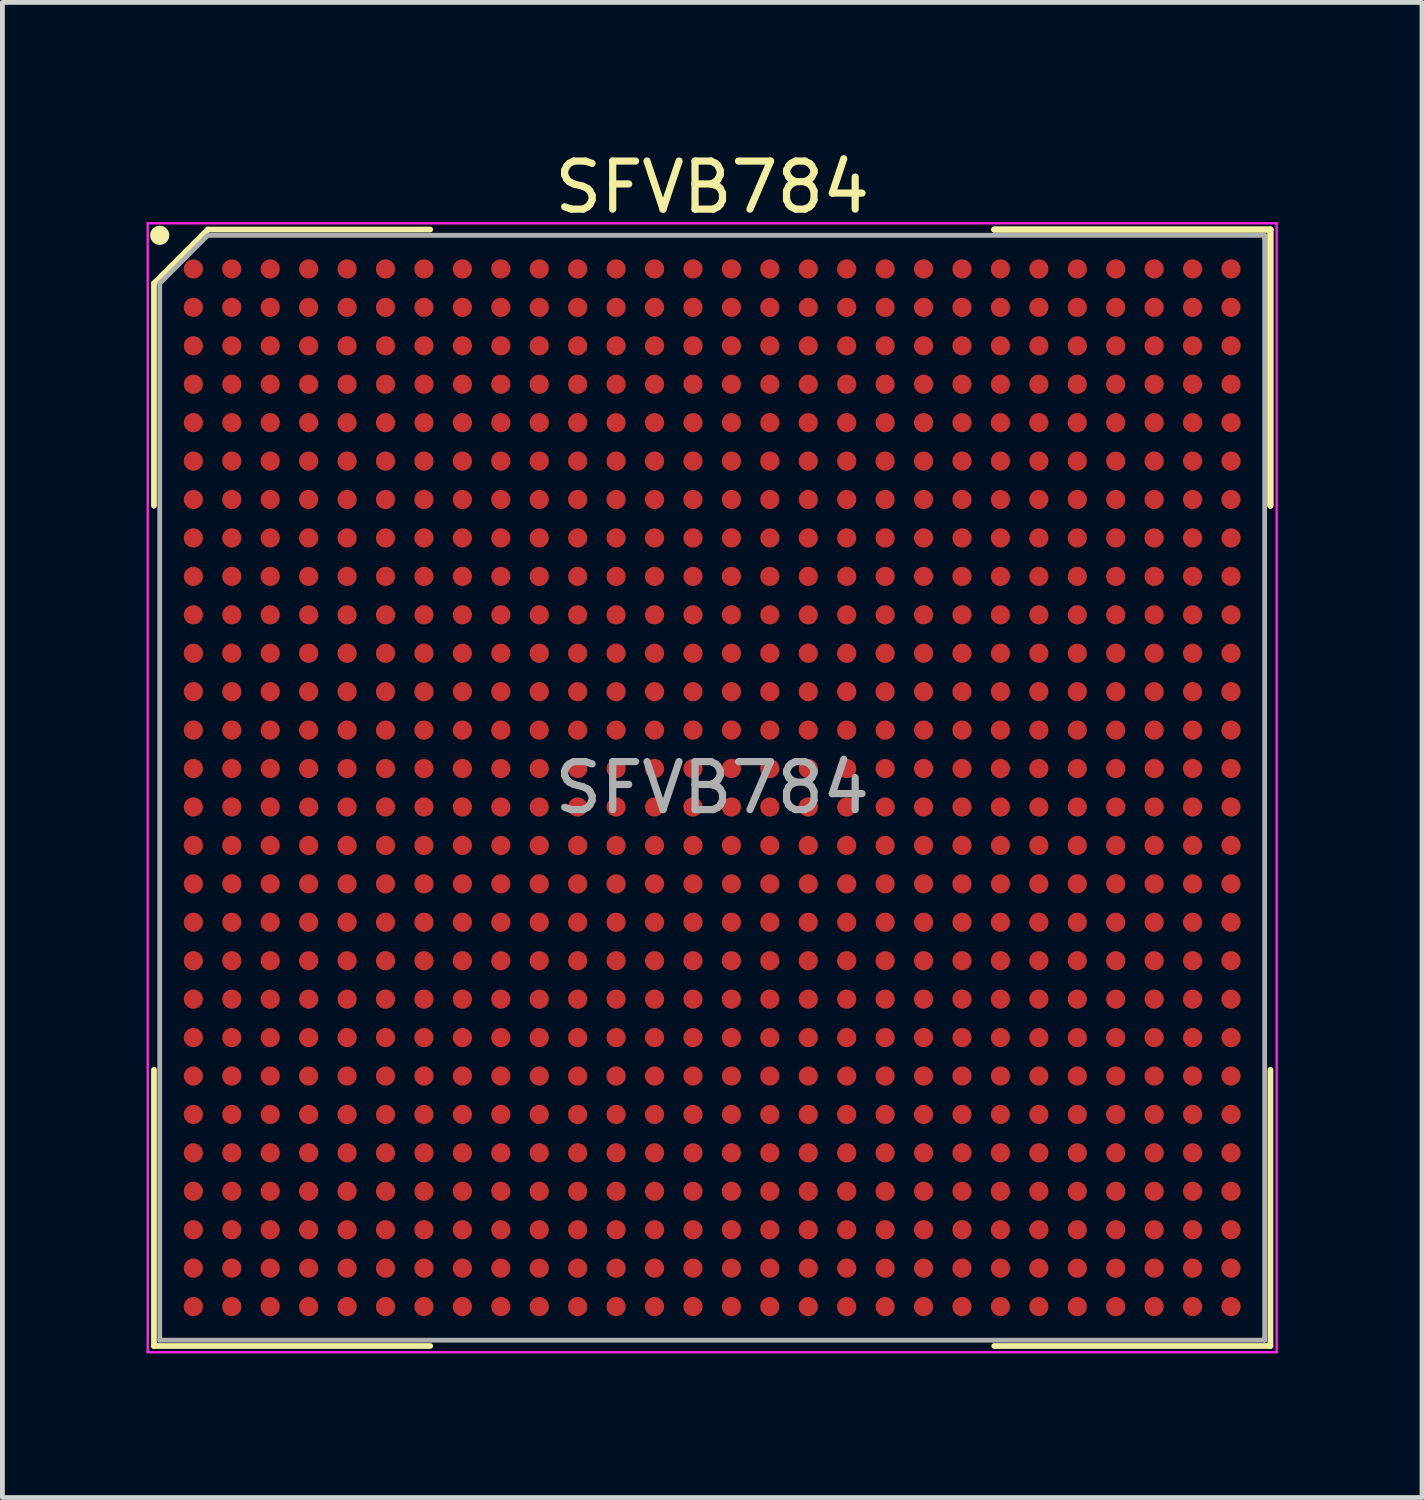
<source format=kicad_pcb>
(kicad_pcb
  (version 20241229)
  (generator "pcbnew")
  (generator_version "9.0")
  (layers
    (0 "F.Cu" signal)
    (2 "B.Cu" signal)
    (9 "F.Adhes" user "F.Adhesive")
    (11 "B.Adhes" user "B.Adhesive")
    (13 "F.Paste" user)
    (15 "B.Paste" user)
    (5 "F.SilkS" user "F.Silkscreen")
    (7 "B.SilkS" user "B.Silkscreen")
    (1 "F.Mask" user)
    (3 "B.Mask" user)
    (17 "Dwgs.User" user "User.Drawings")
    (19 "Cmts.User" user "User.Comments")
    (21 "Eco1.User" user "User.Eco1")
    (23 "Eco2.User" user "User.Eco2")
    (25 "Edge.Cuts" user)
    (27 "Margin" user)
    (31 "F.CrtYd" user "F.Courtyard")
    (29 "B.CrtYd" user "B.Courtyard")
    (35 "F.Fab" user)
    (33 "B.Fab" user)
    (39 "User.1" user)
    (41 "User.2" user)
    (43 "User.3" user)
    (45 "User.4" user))
  (footprint "SFVB784"
    (layer "F.Cu")
    (at 11.775 13.348)
    (property "Reference" "SFVB784" (at 0 -12.5 0) (layer "F.SilkS") (effects (font (size 1 1) (thickness 0.15))))
    (attr smd)
    (fp_line (start -11.62 -10.5) (end -11.62 -5.87) (stroke (width 0.12) (type solid)) (layer "F.SilkS"))
    (fp_line (start -11.62 11.62) (end -11.62 5.87) (stroke (width 0.12) (type solid)) (layer "F.SilkS"))
    (fp_line (start -10.5 -11.62) (end -11.62 -10.5) (stroke (width 0.12) (type solid)) (layer "F.SilkS"))
    (fp_line (start -5.87 -11.62) (end -10.5 -11.62) (stroke (width 0.12) (type solid)) (layer "F.SilkS"))
    (fp_line (start -5.87 11.62) (end -11.62 11.62) (stroke (width 0.12) (type solid)) (layer "F.SilkS"))
    (fp_line (start 5.87 -11.62) (end 11.62 -11.62) (stroke (width 0.12) (type solid)) (layer "F.SilkS"))
    (fp_line (start 5.87 -11.62) (end 11.62 -11.62) (stroke (width 0.12) (type solid)) (layer "F.SilkS"))
    (fp_line (start 5.87 -11.62) (end 11.62 -11.62) (stroke (width 0.12) (type solid)) (layer "F.SilkS"))
    (fp_line (start 5.87 11.62) (end 11.62 11.62) (stroke (width 0.12) (type solid)) (layer "F.SilkS"))
    (fp_line (start 11.62 -11.62) (end 11.62 -5.87) (stroke (width 0.12) (type solid)) (layer "F.SilkS"))
    (fp_line (start 11.62 -11.62) (end 11.62 -5.87) (stroke (width 0.12) (type solid)) (layer "F.SilkS"))
    (fp_line (start 11.62 -11.62) (end 11.62 -5.87) (stroke (width 0.12) (type solid)) (layer "F.SilkS"))
    (fp_line (start 11.62 11.62) (end 11.62 5.87) (stroke (width 0.12) (type solid)) (layer "F.SilkS"))
    (fp_circle (center -11.5 -11.5) (end -11.5 -11.4) (stroke (width 0.2) (type solid)) (fill no) (layer "F.SilkS"))
    (fp_line (start -11.75 -11.75) (end 11.75 -11.75) (stroke (width 0.05) (type solid)) (layer "F.CrtYd"))
    (fp_line (start -11.75 11.75) (end -11.75 -11.75) (stroke (width 0.05) (type solid)) (layer "F.CrtYd"))
    (fp_line (start 11.75 -11.75) (end 11.75 11.75) (stroke (width 0.05) (type solid)) (layer "F.CrtYd"))
    (fp_line (start 11.75 11.75) (end -11.75 11.75) (stroke (width 0.05) (type solid)) (layer "F.CrtYd"))
    (fp_line (start -11.5 -10.5) (end -11.5 11.5) (stroke (width 0.1) (type solid)) (layer "F.Fab"))
    (fp_line (start -11.5 11.5) (end 11.5 11.5) (stroke (width 0.1) (type solid)) (layer "F.Fab"))
    (fp_line (start -10.5 -11.5) (end -11.5 -10.5) (stroke (width 0.1) (type solid)) (layer "F.Fab"))
    (fp_line (start 11.5 -11.5) (end -10.5 -11.5) (stroke (width 0.1) (type solid)) (layer "F.Fab"))
    (fp_line (start 11.5 11.5) (end 11.5 -11.5) (stroke (width 0.1) (type solid)) (layer "F.Fab"))
    (fp_text user "${REFERENCE}" (at 0 0 0) (layer "F.Fab") (effects (font (size 1 1) (thickness 0.15))))
    (pad "A1" smd circle (at -10.8 -10.8) (size 0.4 0.4) (layers "F.Cu" "F.Mask" "F.Paste"))
    (pad "A2" smd circle (at -10 -10.8) (size 0.4 0.4) (layers "F.Cu" "F.Mask" "F.Paste"))
    (pad "A3" smd circle (at -9.2 -10.8) (size 0.4 0.4) (layers "F.Cu" "F.Mask" "F.Paste"))
    (pad "A4" smd circle (at -8.4 -10.8) (size 0.4 0.4) (layers "F.Cu" "F.Mask" "F.Paste"))
    (pad "A5" smd circle (at -7.6 -10.8) (size 0.4 0.4) (layers "F.Cu" "F.Mask" "F.Paste"))
    (pad "A6" smd circle (at -6.8 -10.8) (size 0.4 0.4) (layers "F.Cu" "F.Mask" "F.Paste"))
    (pad "A7" smd circle (at -6 -10.8) (size 0.4 0.4) (layers "F.Cu" "F.Mask" "F.Paste"))
    (pad "A8" smd circle (at -5.2 -10.8) (size 0.4 0.4) (layers "F.Cu" "F.Mask" "F.Paste"))
    (pad "A9" smd circle (at -4.4 -10.8) (size 0.4 0.4) (layers "F.Cu" "F.Mask" "F.Paste"))
    (pad "A10" smd circle (at -3.6 -10.8) (size 0.4 0.4) (layers "F.Cu" "F.Mask" "F.Paste"))
    (pad "A11" smd circle (at -2.8 -10.8) (size 0.4 0.4) (layers "F.Cu" "F.Mask" "F.Paste"))
    (pad "A12" smd circle (at -2 -10.8) (size 0.4 0.4) (layers "F.Cu" "F.Mask" "F.Paste"))
    (pad "A13" smd circle (at -1.2 -10.8) (size 0.4 0.4) (layers "F.Cu" "F.Mask" "F.Paste"))
    (pad "A14" smd circle (at -0.4 -10.8) (size 0.4 0.4) (layers "F.Cu" "F.Mask" "F.Paste"))
    (pad "A15" smd circle (at 0.4 -10.8) (size 0.4 0.4) (layers "F.Cu" "F.Mask" "F.Paste"))
    (pad "A16" smd circle (at 1.2 -10.8) (size 0.4 0.4) (layers "F.Cu" "F.Mask" "F.Paste"))
    (pad "A17" smd circle (at 2 -10.8) (size 0.4 0.4) (layers "F.Cu" "F.Mask" "F.Paste"))
    (pad "A18" smd circle (at 2.8 -10.8) (size 0.4 0.4) (layers "F.Cu" "F.Mask" "F.Paste"))
    (pad "A19" smd circle (at 3.6 -10.8) (size 0.4 0.4) (layers "F.Cu" "F.Mask" "F.Paste"))
    (pad "A20" smd circle (at 4.4 -10.8) (size 0.4 0.4) (layers "F.Cu" "F.Mask" "F.Paste"))
    (pad "A21" smd circle (at 5.2 -10.8) (size 0.4 0.4) (layers "F.Cu" "F.Mask" "F.Paste"))
    (pad "A22" smd circle (at 6 -10.8) (size 0.4 0.4) (layers "F.Cu" "F.Mask" "F.Paste"))
    (pad "A23" smd circle (at 6.8 -10.8) (size 0.4 0.4) (layers "F.Cu" "F.Mask" "F.Paste"))
    (pad "A24" smd circle (at 7.6 -10.8) (size 0.4 0.4) (layers "F.Cu" "F.Mask" "F.Paste"))
    (pad "A25" smd circle (at 8.4 -10.8) (size 0.4 0.4) (layers "F.Cu" "F.Mask" "F.Paste"))
    (pad "A26" smd circle (at 9.2 -10.8) (size 0.4 0.4) (layers "F.Cu" "F.Mask" "F.Paste"))
    (pad "A27" smd circle (at 10 -10.8) (size 0.4 0.4) (layers "F.Cu" "F.Mask" "F.Paste"))
    (pad "A28" smd circle (at 10.8 -10.8) (size 0.4 0.4) (layers "F.Cu" "F.Mask" "F.Paste"))
    (pad "AA1" smd circle (at -10.8 5.2) (size 0.4 0.4) (layers "F.Cu" "F.Mask" "F.Paste"))
    (pad "AA2" smd circle (at -10 5.2) (size 0.4 0.4) (layers "F.Cu" "F.Mask" "F.Paste"))
    (pad "AA3" smd circle (at -9.2 5.2) (size 0.4 0.4) (layers "F.Cu" "F.Mask" "F.Paste"))
    (pad "AA4" smd circle (at -8.4 5.2) (size 0.4 0.4) (layers "F.Cu" "F.Mask" "F.Paste"))
    (pad "AA5" smd circle (at -7.6 5.2) (size 0.4 0.4) (layers "F.Cu" "F.Mask" "F.Paste"))
    (pad "AA6" smd circle (at -6.8 5.2) (size 0.4 0.4) (layers "F.Cu" "F.Mask" "F.Paste"))
    (pad "AA7" smd circle (at -6 5.2) (size 0.4 0.4) (layers "F.Cu" "F.Mask" "F.Paste"))
    (pad "AA8" smd circle (at -5.2 5.2) (size 0.4 0.4) (layers "F.Cu" "F.Mask" "F.Paste"))
    (pad "AA9" smd circle (at -4.4 5.2) (size 0.4 0.4) (layers "F.Cu" "F.Mask" "F.Paste"))
    (pad "AA10" smd circle (at -3.6 5.2) (size 0.4 0.4) (layers "F.Cu" "F.Mask" "F.Paste"))
    (pad "AA11" smd circle (at -2.8 5.2) (size 0.4 0.4) (layers "F.Cu" "F.Mask" "F.Paste"))
    (pad "AA12" smd circle (at -2 5.2) (size 0.4 0.4) (layers "F.Cu" "F.Mask" "F.Paste"))
    (pad "AA13" smd circle (at -1.2 5.2) (size 0.4 0.4) (layers "F.Cu" "F.Mask" "F.Paste"))
    (pad "AA14" smd circle (at -0.4 5.2) (size 0.4 0.4) (layers "F.Cu" "F.Mask" "F.Paste"))
    (pad "AA15" smd circle (at 0.4 5.2) (size 0.4 0.4) (layers "F.Cu" "F.Mask" "F.Paste"))
    (pad "AA16" smd circle (at 1.2 5.2) (size 0.4 0.4) (layers "F.Cu" "F.Mask" "F.Paste"))
    (pad "AA17" smd circle (at 2 5.2) (size 0.4 0.4) (layers "F.Cu" "F.Mask" "F.Paste"))
    (pad "AA18" smd circle (at 2.8 5.2) (size 0.4 0.4) (layers "F.Cu" "F.Mask" "F.Paste"))
    (pad "AA19" smd circle (at 3.6 5.2) (size 0.4 0.4) (layers "F.Cu" "F.Mask" "F.Paste"))
    (pad "AA20" smd circle (at 4.4 5.2) (size 0.4 0.4) (layers "F.Cu" "F.Mask" "F.Paste"))
    (pad "AA21" smd circle (at 5.2 5.2) (size 0.4 0.4) (layers "F.Cu" "F.Mask" "F.Paste"))
    (pad "AA22" smd circle (at 6 5.2) (size 0.4 0.4) (layers "F.Cu" "F.Mask" "F.Paste"))
    (pad "AA23" smd circle (at 6.8 5.2) (size 0.4 0.4) (layers "F.Cu" "F.Mask" "F.Paste"))
    (pad "AA24" smd circle (at 7.6 5.2) (size 0.4 0.4) (layers "F.Cu" "F.Mask" "F.Paste"))
    (pad "AA25" smd circle (at 8.4 5.2) (size 0.4 0.4) (layers "F.Cu" "F.Mask" "F.Paste"))
    (pad "AA26" smd circle (at 9.2 5.2) (size 0.4 0.4) (layers "F.Cu" "F.Mask" "F.Paste"))
    (pad "AA27" smd circle (at 10 5.2) (size 0.4 0.4) (layers "F.Cu" "F.Mask" "F.Paste"))
    (pad "AA28" smd circle (at 10.8 5.2) (size 0.4 0.4) (layers "F.Cu" "F.Mask" "F.Paste"))
    (pad "AB1" smd circle (at -10.8 6) (size 0.4 0.4) (layers "F.Cu" "F.Mask" "F.Paste"))
    (pad "AB2" smd circle (at -10 6) (size 0.4 0.4) (layers "F.Cu" "F.Mask" "F.Paste"))
    (pad "AB3" smd circle (at -9.2 6) (size 0.4 0.4) (layers "F.Cu" "F.Mask" "F.Paste"))
    (pad "AB4" smd circle (at -8.4 6) (size 0.4 0.4) (layers "F.Cu" "F.Mask" "F.Paste"))
    (pad "AB5" smd circle (at -7.6 6) (size 0.4 0.4) (layers "F.Cu" "F.Mask" "F.Paste"))
    (pad "AB6" smd circle (at -6.8 6) (size 0.4 0.4) (layers "F.Cu" "F.Mask" "F.Paste"))
    (pad "AB7" smd circle (at -6 6) (size 0.4 0.4) (layers "F.Cu" "F.Mask" "F.Paste"))
    (pad "AB8" smd circle (at -5.2 6) (size 0.4 0.4) (layers "F.Cu" "F.Mask" "F.Paste"))
    (pad "AB9" smd circle (at -4.4 6) (size 0.4 0.4) (layers "F.Cu" "F.Mask" "F.Paste"))
    (pad "AB10" smd circle (at -3.6 6) (size 0.4 0.4) (layers "F.Cu" "F.Mask" "F.Paste"))
    (pad "AB11" smd circle (at -2.8 6) (size 0.4 0.4) (layers "F.Cu" "F.Mask" "F.Paste"))
    (pad "AB12" smd circle (at -2 6) (size 0.4 0.4) (layers "F.Cu" "F.Mask" "F.Paste"))
    (pad "AB13" smd circle (at -1.2 6) (size 0.4 0.4) (layers "F.Cu" "F.Mask" "F.Paste"))
    (pad "AB14" smd circle (at -0.4 6) (size 0.4 0.4) (layers "F.Cu" "F.Mask" "F.Paste"))
    (pad "AB15" smd circle (at 0.4 6) (size 0.4 0.4) (layers "F.Cu" "F.Mask" "F.Paste"))
    (pad "AB16" smd circle (at 1.2 6) (size 0.4 0.4) (layers "F.Cu" "F.Mask" "F.Paste"))
    (pad "AB17" smd circle (at 2 6) (size 0.4 0.4) (layers "F.Cu" "F.Mask" "F.Paste"))
    (pad "AB18" smd circle (at 2.8 6) (size 0.4 0.4) (layers "F.Cu" "F.Mask" "F.Paste"))
    (pad "AB19" smd circle (at 3.6 6) (size 0.4 0.4) (layers "F.Cu" "F.Mask" "F.Paste"))
    (pad "AB20" smd circle (at 4.4 6) (size 0.4 0.4) (layers "F.Cu" "F.Mask" "F.Paste"))
    (pad "AB21" smd circle (at 5.2 6) (size 0.4 0.4) (layers "F.Cu" "F.Mask" "F.Paste"))
    (pad "AB22" smd circle (at 6 6) (size 0.4 0.4) (layers "F.Cu" "F.Mask" "F.Paste"))
    (pad "AB23" smd circle (at 6.8 6) (size 0.4 0.4) (layers "F.Cu" "F.Mask" "F.Paste"))
    (pad "AB24" smd circle (at 7.6 6) (size 0.4 0.4) (layers "F.Cu" "F.Mask" "F.Paste"))
    (pad "AB25" smd circle (at 8.4 6) (size 0.4 0.4) (layers "F.Cu" "F.Mask" "F.Paste"))
    (pad "AB26" smd circle (at 9.2 6) (size 0.4 0.4) (layers "F.Cu" "F.Mask" "F.Paste"))
    (pad "AB27" smd circle (at 10 6) (size 0.4 0.4) (layers "F.Cu" "F.Mask" "F.Paste"))
    (pad "AB28" smd circle (at 10.8 6) (size 0.4 0.4) (layers "F.Cu" "F.Mask" "F.Paste"))
    (pad "AC1" smd circle (at -10.8 6.8) (size 0.4 0.4) (layers "F.Cu" "F.Mask" "F.Paste"))
    (pad "AC2" smd circle (at -10 6.8) (size 0.4 0.4) (layers "F.Cu" "F.Mask" "F.Paste"))
    (pad "AC3" smd circle (at -9.2 6.8) (size 0.4 0.4) (layers "F.Cu" "F.Mask" "F.Paste"))
    (pad "AC4" smd circle (at -8.4 6.8) (size 0.4 0.4) (layers "F.Cu" "F.Mask" "F.Paste"))
    (pad "AC5" smd circle (at -7.6 6.8) (size 0.4 0.4) (layers "F.Cu" "F.Mask" "F.Paste"))
    (pad "AC6" smd circle (at -6.8 6.8) (size 0.4 0.4) (layers "F.Cu" "F.Mask" "F.Paste"))
    (pad "AC7" smd circle (at -6 6.8) (size 0.4 0.4) (layers "F.Cu" "F.Mask" "F.Paste"))
    (pad "AC8" smd circle (at -5.2 6.8) (size 0.4 0.4) (layers "F.Cu" "F.Mask" "F.Paste"))
    (pad "AC9" smd circle (at -4.4 6.8) (size 0.4 0.4) (layers "F.Cu" "F.Mask" "F.Paste"))
    (pad "AC10" smd circle (at -3.6 6.8) (size 0.4 0.4) (layers "F.Cu" "F.Mask" "F.Paste"))
    (pad "AC11" smd circle (at -2.8 6.8) (size 0.4 0.4) (layers "F.Cu" "F.Mask" "F.Paste"))
    (pad "AC12" smd circle (at -2 6.8) (size 0.4 0.4) (layers "F.Cu" "F.Mask" "F.Paste"))
    (pad "AC13" smd circle (at -1.2 6.8) (size 0.4 0.4) (layers "F.Cu" "F.Mask" "F.Paste"))
    (pad "AC14" smd circle (at -0.4 6.8) (size 0.4 0.4) (layers "F.Cu" "F.Mask" "F.Paste"))
    (pad "AC15" smd circle (at 0.4 6.8) (size 0.4 0.4) (layers "F.Cu" "F.Mask" "F.Paste"))
    (pad "AC16" smd circle (at 1.2 6.8) (size 0.4 0.4) (layers "F.Cu" "F.Mask" "F.Paste"))
    (pad "AC17" smd circle (at 2 6.8) (size 0.4 0.4) (layers "F.Cu" "F.Mask" "F.Paste"))
    (pad "AC18" smd circle (at 2.8 6.8) (size 0.4 0.4) (layers "F.Cu" "F.Mask" "F.Paste"))
    (pad "AC19" smd circle (at 3.6 6.8) (size 0.4 0.4) (layers "F.Cu" "F.Mask" "F.Paste"))
    (pad "AC20" smd circle (at 4.4 6.8) (size 0.4 0.4) (layers "F.Cu" "F.Mask" "F.Paste"))
    (pad "AC21" smd circle (at 5.2 6.8) (size 0.4 0.4) (layers "F.Cu" "F.Mask" "F.Paste"))
    (pad "AC22" smd circle (at 6 6.8) (size 0.4 0.4) (layers "F.Cu" "F.Mask" "F.Paste"))
    (pad "AC23" smd circle (at 6.8 6.8) (size 0.4 0.4) (layers "F.Cu" "F.Mask" "F.Paste"))
    (pad "AC24" smd circle (at 7.6 6.8) (size 0.4 0.4) (layers "F.Cu" "F.Mask" "F.Paste"))
    (pad "AC25" smd circle (at 8.4 6.8) (size 0.4 0.4) (layers "F.Cu" "F.Mask" "F.Paste"))
    (pad "AC26" smd circle (at 9.2 6.8) (size 0.4 0.4) (layers "F.Cu" "F.Mask" "F.Paste"))
    (pad "AC27" smd circle (at 10 6.8) (size 0.4 0.4) (layers "F.Cu" "F.Mask" "F.Paste"))
    (pad "AC28" smd circle (at 10.8 6.8) (size 0.4 0.4) (layers "F.Cu" "F.Mask" "F.Paste"))
    (pad "AD1" smd circle (at -10.8 7.6) (size 0.4 0.4) (layers "F.Cu" "F.Mask" "F.Paste"))
    (pad "AD2" smd circle (at -10 7.6) (size 0.4 0.4) (layers "F.Cu" "F.Mask" "F.Paste"))
    (pad "AD3" smd circle (at -9.2 7.6) (size 0.4 0.4) (layers "F.Cu" "F.Mask" "F.Paste"))
    (pad "AD4" smd circle (at -8.4 7.6) (size 0.4 0.4) (layers "F.Cu" "F.Mask" "F.Paste"))
    (pad "AD5" smd circle (at -7.6 7.6) (size 0.4 0.4) (layers "F.Cu" "F.Mask" "F.Paste"))
    (pad "AD6" smd circle (at -6.8 7.6) (size 0.4 0.4) (layers "F.Cu" "F.Mask" "F.Paste"))
    (pad "AD7" smd circle (at -6 7.6) (size 0.4 0.4) (layers "F.Cu" "F.Mask" "F.Paste"))
    (pad "AD8" smd circle (at -5.2 7.6) (size 0.4 0.4) (layers "F.Cu" "F.Mask" "F.Paste"))
    (pad "AD9" smd circle (at -4.4 7.6) (size 0.4 0.4) (layers "F.Cu" "F.Mask" "F.Paste"))
    (pad "AD10" smd circle (at -3.6 7.6) (size 0.4 0.4) (layers "F.Cu" "F.Mask" "F.Paste"))
    (pad "AD11" smd circle (at -2.8 7.6) (size 0.4 0.4) (layers "F.Cu" "F.Mask" "F.Paste"))
    (pad "AD12" smd circle (at -2 7.6) (size 0.4 0.4) (layers "F.Cu" "F.Mask" "F.Paste"))
    (pad "AD13" smd circle (at -1.2 7.6) (size 0.4 0.4) (layers "F.Cu" "F.Mask" "F.Paste"))
    (pad "AD14" smd circle (at -0.4 7.6) (size 0.4 0.4) (layers "F.Cu" "F.Mask" "F.Paste"))
    (pad "AD15" smd circle (at 0.4 7.6) (size 0.4 0.4) (layers "F.Cu" "F.Mask" "F.Paste"))
    (pad "AD16" smd circle (at 1.2 7.6) (size 0.4 0.4) (layers "F.Cu" "F.Mask" "F.Paste"))
    (pad "AD17" smd circle (at 2 7.6) (size 0.4 0.4) (layers "F.Cu" "F.Mask" "F.Paste"))
    (pad "AD18" smd circle (at 2.8 7.6) (size 0.4 0.4) (layers "F.Cu" "F.Mask" "F.Paste"))
    (pad "AD19" smd circle (at 3.6 7.6) (size 0.4 0.4) (layers "F.Cu" "F.Mask" "F.Paste"))
    (pad "AD20" smd circle (at 4.4 7.6) (size 0.4 0.4) (layers "F.Cu" "F.Mask" "F.Paste"))
    (pad "AD21" smd circle (at 5.2 7.6) (size 0.4 0.4) (layers "F.Cu" "F.Mask" "F.Paste"))
    (pad "AD22" smd circle (at 6 7.6) (size 0.4 0.4) (layers "F.Cu" "F.Mask" "F.Paste"))
    (pad "AD23" smd circle (at 6.8 7.6) (size 0.4 0.4) (layers "F.Cu" "F.Mask" "F.Paste"))
    (pad "AD24" smd circle (at 7.6 7.6) (size 0.4 0.4) (layers "F.Cu" "F.Mask" "F.Paste"))
    (pad "AD25" smd circle (at 8.4 7.6) (size 0.4 0.4) (layers "F.Cu" "F.Mask" "F.Paste"))
    (pad "AD26" smd circle (at 9.2 7.6) (size 0.4 0.4) (layers "F.Cu" "F.Mask" "F.Paste"))
    (pad "AD27" smd circle (at 10 7.6) (size 0.4 0.4) (layers "F.Cu" "F.Mask" "F.Paste"))
    (pad "AD28" smd circle (at 10.8 7.6) (size 0.4 0.4) (layers "F.Cu" "F.Mask" "F.Paste"))
    (pad "AE1" smd circle (at -10.8 8.4) (size 0.4 0.4) (layers "F.Cu" "F.Mask" "F.Paste"))
    (pad "AE2" smd circle (at -10 8.4) (size 0.4 0.4) (layers "F.Cu" "F.Mask" "F.Paste"))
    (pad "AE3" smd circle (at -9.2 8.4) (size 0.4 0.4) (layers "F.Cu" "F.Mask" "F.Paste"))
    (pad "AE4" smd circle (at -8.4 8.4) (size 0.4 0.4) (layers "F.Cu" "F.Mask" "F.Paste"))
    (pad "AE5" smd circle (at -7.6 8.4) (size 0.4 0.4) (layers "F.Cu" "F.Mask" "F.Paste"))
    (pad "AE6" smd circle (at -6.8 8.4) (size 0.4 0.4) (layers "F.Cu" "F.Mask" "F.Paste"))
    (pad "AE7" smd circle (at -6 8.4) (size 0.4 0.4) (layers "F.Cu" "F.Mask" "F.Paste"))
    (pad "AE8" smd circle (at -5.2 8.4) (size 0.4 0.4) (layers "F.Cu" "F.Mask" "F.Paste"))
    (pad "AE9" smd circle (at -4.4 8.4) (size 0.4 0.4) (layers "F.Cu" "F.Mask" "F.Paste"))
    (pad "AE10" smd circle (at -3.6 8.4) (size 0.4 0.4) (layers "F.Cu" "F.Mask" "F.Paste"))
    (pad "AE11" smd circle (at -2.8 8.4) (size 0.4 0.4) (layers "F.Cu" "F.Mask" "F.Paste"))
    (pad "AE12" smd circle (at -2 8.4) (size 0.4 0.4) (layers "F.Cu" "F.Mask" "F.Paste"))
    (pad "AE13" smd circle (at -1.2 8.4) (size 0.4 0.4) (layers "F.Cu" "F.Mask" "F.Paste"))
    (pad "AE14" smd circle (at -0.4 8.4) (size 0.4 0.4) (layers "F.Cu" "F.Mask" "F.Paste"))
    (pad "AE15" smd circle (at 0.4 8.4) (size 0.4 0.4) (layers "F.Cu" "F.Mask" "F.Paste"))
    (pad "AE16" smd circle (at 1.2 8.4) (size 0.4 0.4) (layers "F.Cu" "F.Mask" "F.Paste"))
    (pad "AE17" smd circle (at 2 8.4) (size 0.4 0.4) (layers "F.Cu" "F.Mask" "F.Paste"))
    (pad "AE18" smd circle (at 2.8 8.4) (size 0.4 0.4) (layers "F.Cu" "F.Mask" "F.Paste"))
    (pad "AE19" smd circle (at 3.6 8.4) (size 0.4 0.4) (layers "F.Cu" "F.Mask" "F.Paste"))
    (pad "AE20" smd circle (at 4.4 8.4) (size 0.4 0.4) (layers "F.Cu" "F.Mask" "F.Paste"))
    (pad "AE21" smd circle (at 5.2 8.4) (size 0.4 0.4) (layers "F.Cu" "F.Mask" "F.Paste"))
    (pad "AE22" smd circle (at 6 8.4) (size 0.4 0.4) (layers "F.Cu" "F.Mask" "F.Paste"))
    (pad "AE23" smd circle (at 6.8 8.4) (size 0.4 0.4) (layers "F.Cu" "F.Mask" "F.Paste"))
    (pad "AE24" smd circle (at 7.6 8.4) (size 0.4 0.4) (layers "F.Cu" "F.Mask" "F.Paste"))
    (pad "AE25" smd circle (at 8.4 8.4) (size 0.4 0.4) (layers "F.Cu" "F.Mask" "F.Paste"))
    (pad "AE26" smd circle (at 9.2 8.4) (size 0.4 0.4) (layers "F.Cu" "F.Mask" "F.Paste"))
    (pad "AE27" smd circle (at 10 8.4) (size 0.4 0.4) (layers "F.Cu" "F.Mask" "F.Paste"))
    (pad "AE28" smd circle (at 10.8 8.4) (size 0.4 0.4) (layers "F.Cu" "F.Mask" "F.Paste"))
    (pad "AF1" smd circle (at -10.8 9.2) (size 0.4 0.4) (layers "F.Cu" "F.Mask" "F.Paste"))
    (pad "AF2" smd circle (at -10 9.2) (size 0.4 0.4) (layers "F.Cu" "F.Mask" "F.Paste"))
    (pad "AF3" smd circle (at -9.2 9.2) (size 0.4 0.4) (layers "F.Cu" "F.Mask" "F.Paste"))
    (pad "AF4" smd circle (at -8.4 9.2) (size 0.4 0.4) (layers "F.Cu" "F.Mask" "F.Paste"))
    (pad "AF5" smd circle (at -7.6 9.2) (size 0.4 0.4) (layers "F.Cu" "F.Mask" "F.Paste"))
    (pad "AF6" smd circle (at -6.8 9.2) (size 0.4 0.4) (layers "F.Cu" "F.Mask" "F.Paste"))
    (pad "AF7" smd circle (at -6 9.2) (size 0.4 0.4) (layers "F.Cu" "F.Mask" "F.Paste"))
    (pad "AF8" smd circle (at -5.2 9.2) (size 0.4 0.4) (layers "F.Cu" "F.Mask" "F.Paste"))
    (pad "AF9" smd circle (at -4.4 9.2) (size 0.4 0.4) (layers "F.Cu" "F.Mask" "F.Paste"))
    (pad "AF10" smd circle (at -3.6 9.2) (size 0.4 0.4) (layers "F.Cu" "F.Mask" "F.Paste"))
    (pad "AF11" smd circle (at -2.8 9.2) (size 0.4 0.4) (layers "F.Cu" "F.Mask" "F.Paste"))
    (pad "AF12" smd circle (at -2 9.2) (size 0.4 0.4) (layers "F.Cu" "F.Mask" "F.Paste"))
    (pad "AF13" smd circle (at -1.2 9.2) (size 0.4 0.4) (layers "F.Cu" "F.Mask" "F.Paste"))
    (pad "AF14" smd circle (at -0.4 9.2) (size 0.4 0.4) (layers "F.Cu" "F.Mask" "F.Paste"))
    (pad "AF15" smd circle (at 0.4 9.2) (size 0.4 0.4) (layers "F.Cu" "F.Mask" "F.Paste"))
    (pad "AF16" smd circle (at 1.2 9.2) (size 0.4 0.4) (layers "F.Cu" "F.Mask" "F.Paste"))
    (pad "AF17" smd circle (at 2 9.2) (size 0.4 0.4) (layers "F.Cu" "F.Mask" "F.Paste"))
    (pad "AF18" smd circle (at 2.8 9.2) (size 0.4 0.4) (layers "F.Cu" "F.Mask" "F.Paste"))
    (pad "AF19" smd circle (at 3.6 9.2) (size 0.4 0.4) (layers "F.Cu" "F.Mask" "F.Paste"))
    (pad "AF20" smd circle (at 4.4 9.2) (size 0.4 0.4) (layers "F.Cu" "F.Mask" "F.Paste"))
    (pad "AF21" smd circle (at 5.2 9.2) (size 0.4 0.4) (layers "F.Cu" "F.Mask" "F.Paste"))
    (pad "AF22" smd circle (at 6 9.2) (size 0.4 0.4) (layers "F.Cu" "F.Mask" "F.Paste"))
    (pad "AF23" smd circle (at 6.8 9.2) (size 0.4 0.4) (layers "F.Cu" "F.Mask" "F.Paste"))
    (pad "AF24" smd circle (at 7.6 9.2) (size 0.4 0.4) (layers "F.Cu" "F.Mask" "F.Paste"))
    (pad "AF25" smd circle (at 8.4 9.2) (size 0.4 0.4) (layers "F.Cu" "F.Mask" "F.Paste"))
    (pad "AF26" smd circle (at 9.2 9.2) (size 0.4 0.4) (layers "F.Cu" "F.Mask" "F.Paste"))
    (pad "AF27" smd circle (at 10 9.2) (size 0.4 0.4) (layers "F.Cu" "F.Mask" "F.Paste"))
    (pad "AF28" smd circle (at 10.8 9.2) (size 0.4 0.4) (layers "F.Cu" "F.Mask" "F.Paste"))
    (pad "AG1" smd circle (at -10.8 10) (size 0.4 0.4) (layers "F.Cu" "F.Mask" "F.Paste"))
    (pad "AG2" smd circle (at -10 10) (size 0.4 0.4) (layers "F.Cu" "F.Mask" "F.Paste"))
    (pad "AG3" smd circle (at -9.2 10) (size 0.4 0.4) (layers "F.Cu" "F.Mask" "F.Paste"))
    (pad "AG4" smd circle (at -8.4 10) (size 0.4 0.4) (layers "F.Cu" "F.Mask" "F.Paste"))
    (pad "AG5" smd circle (at -7.6 10) (size 0.4 0.4) (layers "F.Cu" "F.Mask" "F.Paste"))
    (pad "AG6" smd circle (at -6.8 10) (size 0.4 0.4) (layers "F.Cu" "F.Mask" "F.Paste"))
    (pad "AG7" smd circle (at -6 10) (size 0.4 0.4) (layers "F.Cu" "F.Mask" "F.Paste"))
    (pad "AG8" smd circle (at -5.2 10) (size 0.4 0.4) (layers "F.Cu" "F.Mask" "F.Paste"))
    (pad "AG9" smd circle (at -4.4 10) (size 0.4 0.4) (layers "F.Cu" "F.Mask" "F.Paste"))
    (pad "AG10" smd circle (at -3.6 10) (size 0.4 0.4) (layers "F.Cu" "F.Mask" "F.Paste"))
    (pad "AG11" smd circle (at -2.8 10) (size 0.4 0.4) (layers "F.Cu" "F.Mask" "F.Paste"))
    (pad "AG12" smd circle (at -2 10) (size 0.4 0.4) (layers "F.Cu" "F.Mask" "F.Paste"))
    (pad "AG13" smd circle (at -1.2 10) (size 0.4 0.4) (layers "F.Cu" "F.Mask" "F.Paste"))
    (pad "AG14" smd circle (at -0.4 10) (size 0.4 0.4) (layers "F.Cu" "F.Mask" "F.Paste"))
    (pad "AG15" smd circle (at 0.4 10) (size 0.4 0.4) (layers "F.Cu" "F.Mask" "F.Paste"))
    (pad "AG16" smd circle (at 1.2 10) (size 0.4 0.4) (layers "F.Cu" "F.Mask" "F.Paste"))
    (pad "AG17" smd circle (at 2 10) (size 0.4 0.4) (layers "F.Cu" "F.Mask" "F.Paste"))
    (pad "AG18" smd circle (at 2.8 10) (size 0.4 0.4) (layers "F.Cu" "F.Mask" "F.Paste"))
    (pad "AG19" smd circle (at 3.6 10) (size 0.4 0.4) (layers "F.Cu" "F.Mask" "F.Paste"))
    (pad "AG20" smd circle (at 4.4 10) (size 0.4 0.4) (layers "F.Cu" "F.Mask" "F.Paste"))
    (pad "AG21" smd circle (at 5.2 10) (size 0.4 0.4) (layers "F.Cu" "F.Mask" "F.Paste"))
    (pad "AG22" smd circle (at 6 10) (size 0.4 0.4) (layers "F.Cu" "F.Mask" "F.Paste"))
    (pad "AG23" smd circle (at 6.8 10) (size 0.4 0.4) (layers "F.Cu" "F.Mask" "F.Paste"))
    (pad "AG24" smd circle (at 7.6 10) (size 0.4 0.4) (layers "F.Cu" "F.Mask" "F.Paste"))
    (pad "AG25" smd circle (at 8.4 10) (size 0.4 0.4) (layers "F.Cu" "F.Mask" "F.Paste"))
    (pad "AG26" smd circle (at 9.2 10) (size 0.4 0.4) (layers "F.Cu" "F.Mask" "F.Paste"))
    (pad "AG27" smd circle (at 10 10) (size 0.4 0.4) (layers "F.Cu" "F.Mask" "F.Paste"))
    (pad "AG28" smd circle (at 10.8 10) (size 0.4 0.4) (layers "F.Cu" "F.Mask" "F.Paste"))
    (pad "AH1" smd circle (at -10.8 10.8) (size 0.4 0.4) (layers "F.Cu" "F.Mask" "F.Paste"))
    (pad "AH2" smd circle (at -10 10.8) (size 0.4 0.4) (layers "F.Cu" "F.Mask" "F.Paste"))
    (pad "AH3" smd circle (at -9.2 10.8) (size 0.4 0.4) (layers "F.Cu" "F.Mask" "F.Paste"))
    (pad "AH4" smd circle (at -8.4 10.8) (size 0.4 0.4) (layers "F.Cu" "F.Mask" "F.Paste"))
    (pad "AH5" smd circle (at -7.6 10.8) (size 0.4 0.4) (layers "F.Cu" "F.Mask" "F.Paste"))
    (pad "AH6" smd circle (at -6.8 10.8) (size 0.4 0.4) (layers "F.Cu" "F.Mask" "F.Paste"))
    (pad "AH7" smd circle (at -6 10.8) (size 0.4 0.4) (layers "F.Cu" "F.Mask" "F.Paste"))
    (pad "AH8" smd circle (at -5.2 10.8) (size 0.4 0.4) (layers "F.Cu" "F.Mask" "F.Paste"))
    (pad "AH9" smd circle (at -4.4 10.8) (size 0.4 0.4) (layers "F.Cu" "F.Mask" "F.Paste"))
    (pad "AH10" smd circle (at -3.6 10.8) (size 0.4 0.4) (layers "F.Cu" "F.Mask" "F.Paste"))
    (pad "AH11" smd circle (at -2.8 10.8) (size 0.4 0.4) (layers "F.Cu" "F.Mask" "F.Paste"))
    (pad "AH12" smd circle (at -2 10.8) (size 0.4 0.4) (layers "F.Cu" "F.Mask" "F.Paste"))
    (pad "AH13" smd circle (at -1.2 10.8) (size 0.4 0.4) (layers "F.Cu" "F.Mask" "F.Paste"))
    (pad "AH14" smd circle (at -0.4 10.8) (size 0.4 0.4) (layers "F.Cu" "F.Mask" "F.Paste"))
    (pad "AH15" smd circle (at 0.4 10.8) (size 0.4 0.4) (layers "F.Cu" "F.Mask" "F.Paste"))
    (pad "AH16" smd circle (at 1.2 10.8) (size 0.4 0.4) (layers "F.Cu" "F.Mask" "F.Paste"))
    (pad "AH17" smd circle (at 2 10.8) (size 0.4 0.4) (layers "F.Cu" "F.Mask" "F.Paste"))
    (pad "AH18" smd circle (at 2.8 10.8) (size 0.4 0.4) (layers "F.Cu" "F.Mask" "F.Paste"))
    (pad "AH19" smd circle (at 3.6 10.8) (size 0.4 0.4) (layers "F.Cu" "F.Mask" "F.Paste"))
    (pad "AH20" smd circle (at 4.4 10.8) (size 0.4 0.4) (layers "F.Cu" "F.Mask" "F.Paste"))
    (pad "AH21" smd circle (at 5.2 10.8) (size 0.4 0.4) (layers "F.Cu" "F.Mask" "F.Paste"))
    (pad "AH22" smd circle (at 6 10.8) (size 0.4 0.4) (layers "F.Cu" "F.Mask" "F.Paste"))
    (pad "AH23" smd circle (at 6.8 10.8) (size 0.4 0.4) (layers "F.Cu" "F.Mask" "F.Paste"))
    (pad "AH24" smd circle (at 7.6 10.8) (size 0.4 0.4) (layers "F.Cu" "F.Mask" "F.Paste"))
    (pad "AH25" smd circle (at 8.4 10.8) (size 0.4 0.4) (layers "F.Cu" "F.Mask" "F.Paste"))
    (pad "AH26" smd circle (at 9.2 10.8) (size 0.4 0.4) (layers "F.Cu" "F.Mask" "F.Paste"))
    (pad "AH27" smd circle (at 10 10.8) (size 0.4 0.4) (layers "F.Cu" "F.Mask" "F.Paste"))
    (pad "AH28" smd circle (at 10.8 10.8) (size 0.4 0.4) (layers "F.Cu" "F.Mask" "F.Paste"))
    (pad "B1" smd circle (at -10.8 -10) (size 0.4 0.4) (layers "F.Cu" "F.Mask" "F.Paste"))
    (pad "B2" smd circle (at -10 -10) (size 0.4 0.4) (layers "F.Cu" "F.Mask" "F.Paste"))
    (pad "B3" smd circle (at -9.2 -10) (size 0.4 0.4) (layers "F.Cu" "F.Mask" "F.Paste"))
    (pad "B4" smd circle (at -8.4 -10) (size 0.4 0.4) (layers "F.Cu" "F.Mask" "F.Paste"))
    (pad "B5" smd circle (at -7.6 -10) (size 0.4 0.4) (layers "F.Cu" "F.Mask" "F.Paste"))
    (pad "B6" smd circle (at -6.8 -10) (size 0.4 0.4) (layers "F.Cu" "F.Mask" "F.Paste"))
    (pad "B7" smd circle (at -6 -10) (size 0.4 0.4) (layers "F.Cu" "F.Mask" "F.Paste"))
    (pad "B8" smd circle (at -5.2 -10) (size 0.4 0.4) (layers "F.Cu" "F.Mask" "F.Paste"))
    (pad "B9" smd circle (at -4.4 -10) (size 0.4 0.4) (layers "F.Cu" "F.Mask" "F.Paste"))
    (pad "B10" smd circle (at -3.6 -10) (size 0.4 0.4) (layers "F.Cu" "F.Mask" "F.Paste"))
    (pad "B11" smd circle (at -2.8 -10) (size 0.4 0.4) (layers "F.Cu" "F.Mask" "F.Paste"))
    (pad "B12" smd circle (at -2 -10) (size 0.4 0.4) (layers "F.Cu" "F.Mask" "F.Paste"))
    (pad "B13" smd circle (at -1.2 -10) (size 0.4 0.4) (layers "F.Cu" "F.Mask" "F.Paste"))
    (pad "B14" smd circle (at -0.4 -10) (size 0.4 0.4) (layers "F.Cu" "F.Mask" "F.Paste"))
    (pad "B15" smd circle (at 0.4 -10) (size 0.4 0.4) (layers "F.Cu" "F.Mask" "F.Paste"))
    (pad "B16" smd circle (at 1.2 -10) (size 0.4 0.4) (layers "F.Cu" "F.Mask" "F.Paste"))
    (pad "B17" smd circle (at 2 -10) (size 0.4 0.4) (layers "F.Cu" "F.Mask" "F.Paste"))
    (pad "B18" smd circle (at 2.8 -10) (size 0.4 0.4) (layers "F.Cu" "F.Mask" "F.Paste"))
    (pad "B19" smd circle (at 3.6 -10) (size 0.4 0.4) (layers "F.Cu" "F.Mask" "F.Paste"))
    (pad "B20" smd circle (at 4.4 -10) (size 0.4 0.4) (layers "F.Cu" "F.Mask" "F.Paste"))
    (pad "B21" smd circle (at 5.2 -10) (size 0.4 0.4) (layers "F.Cu" "F.Mask" "F.Paste"))
    (pad "B22" smd circle (at 6 -10) (size 0.4 0.4) (layers "F.Cu" "F.Mask" "F.Paste"))
    (pad "B23" smd circle (at 6.8 -10) (size 0.4 0.4) (layers "F.Cu" "F.Mask" "F.Paste"))
    (pad "B24" smd circle (at 7.6 -10) (size 0.4 0.4) (layers "F.Cu" "F.Mask" "F.Paste"))
    (pad "B25" smd circle (at 8.4 -10) (size 0.4 0.4) (layers "F.Cu" "F.Mask" "F.Paste"))
    (pad "B26" smd circle (at 9.2 -10) (size 0.4 0.4) (layers "F.Cu" "F.Mask" "F.Paste"))
    (pad "B27" smd circle (at 10 -10) (size 0.4 0.4) (layers "F.Cu" "F.Mask" "F.Paste"))
    (pad "B28" smd circle (at 10.8 -10) (size 0.4 0.4) (layers "F.Cu" "F.Mask" "F.Paste"))
    (pad "C1" smd circle (at -10.8 -9.2) (size 0.4 0.4) (layers "F.Cu" "F.Mask" "F.Paste"))
    (pad "C2" smd circle (at -10 -9.2) (size 0.4 0.4) (layers "F.Cu" "F.Mask" "F.Paste"))
    (pad "C3" smd circle (at -9.2 -9.2) (size 0.4 0.4) (layers "F.Cu" "F.Mask" "F.Paste"))
    (pad "C4" smd circle (at -8.4 -9.2) (size 0.4 0.4) (layers "F.Cu" "F.Mask" "F.Paste"))
    (pad "C5" smd circle (at -7.6 -9.2) (size 0.4 0.4) (layers "F.Cu" "F.Mask" "F.Paste"))
    (pad "C6" smd circle (at -6.8 -9.2) (size 0.4 0.4) (layers "F.Cu" "F.Mask" "F.Paste"))
    (pad "C7" smd circle (at -6 -9.2) (size 0.4 0.4) (layers "F.Cu" "F.Mask" "F.Paste"))
    (pad "C8" smd circle (at -5.2 -9.2) (size 0.4 0.4) (layers "F.Cu" "F.Mask" "F.Paste"))
    (pad "C9" smd circle (at -4.4 -9.2) (size 0.4 0.4) (layers "F.Cu" "F.Mask" "F.Paste"))
    (pad "C10" smd circle (at -3.6 -9.2) (size 0.4 0.4) (layers "F.Cu" "F.Mask" "F.Paste"))
    (pad "C11" smd circle (at -2.8 -9.2) (size 0.4 0.4) (layers "F.Cu" "F.Mask" "F.Paste"))
    (pad "C12" smd circle (at -2 -9.2) (size 0.4 0.4) (layers "F.Cu" "F.Mask" "F.Paste"))
    (pad "C13" smd circle (at -1.2 -9.2) (size 0.4 0.4) (layers "F.Cu" "F.Mask" "F.Paste"))
    (pad "C14" smd circle (at -0.4 -9.2) (size 0.4 0.4) (layers "F.Cu" "F.Mask" "F.Paste"))
    (pad "C15" smd circle (at 0.4 -9.2) (size 0.4 0.4) (layers "F.Cu" "F.Mask" "F.Paste"))
    (pad "C16" smd circle (at 1.2 -9.2) (size 0.4 0.4) (layers "F.Cu" "F.Mask" "F.Paste"))
    (pad "C17" smd circle (at 2 -9.2) (size 0.4 0.4) (layers "F.Cu" "F.Mask" "F.Paste"))
    (pad "C18" smd circle (at 2.8 -9.2) (size 0.4 0.4) (layers "F.Cu" "F.Mask" "F.Paste"))
    (pad "C19" smd circle (at 3.6 -9.2) (size 0.4 0.4) (layers "F.Cu" "F.Mask" "F.Paste"))
    (pad "C20" smd circle (at 4.4 -9.2) (size 0.4 0.4) (layers "F.Cu" "F.Mask" "F.Paste"))
    (pad "C21" smd circle (at 5.2 -9.2) (size 0.4 0.4) (layers "F.Cu" "F.Mask" "F.Paste"))
    (pad "C22" smd circle (at 6 -9.2) (size 0.4 0.4) (layers "F.Cu" "F.Mask" "F.Paste"))
    (pad "C23" smd circle (at 6.8 -9.2) (size 0.4 0.4) (layers "F.Cu" "F.Mask" "F.Paste"))
    (pad "C24" smd circle (at 7.6 -9.2) (size 0.4 0.4) (layers "F.Cu" "F.Mask" "F.Paste"))
    (pad "C25" smd circle (at 8.4 -9.2) (size 0.4 0.4) (layers "F.Cu" "F.Mask" "F.Paste"))
    (pad "C26" smd circle (at 9.2 -9.2) (size 0.4 0.4) (layers "F.Cu" "F.Mask" "F.Paste"))
    (pad "C27" smd circle (at 10 -9.2) (size 0.4 0.4) (layers "F.Cu" "F.Mask" "F.Paste"))
    (pad "C28" smd circle (at 10.8 -9.2) (size 0.4 0.4) (layers "F.Cu" "F.Mask" "F.Paste"))
    (pad "D1" smd circle (at -10.8 -8.4) (size 0.4 0.4) (layers "F.Cu" "F.Mask" "F.Paste"))
    (pad "D2" smd circle (at -10 -8.4) (size 0.4 0.4) (layers "F.Cu" "F.Mask" "F.Paste"))
    (pad "D3" smd circle (at -9.2 -8.4) (size 0.4 0.4) (layers "F.Cu" "F.Mask" "F.Paste"))
    (pad "D4" smd circle (at -8.4 -8.4) (size 0.4 0.4) (layers "F.Cu" "F.Mask" "F.Paste"))
    (pad "D5" smd circle (at -7.6 -8.4) (size 0.4 0.4) (layers "F.Cu" "F.Mask" "F.Paste"))
    (pad "D6" smd circle (at -6.8 -8.4) (size 0.4 0.4) (layers "F.Cu" "F.Mask" "F.Paste"))
    (pad "D7" smd circle (at -6 -8.4) (size 0.4 0.4) (layers "F.Cu" "F.Mask" "F.Paste"))
    (pad "D8" smd circle (at -5.2 -8.4) (size 0.4 0.4) (layers "F.Cu" "F.Mask" "F.Paste"))
    (pad "D9" smd circle (at -4.4 -8.4) (size 0.4 0.4) (layers "F.Cu" "F.Mask" "F.Paste"))
    (pad "D10" smd circle (at -3.6 -8.4) (size 0.4 0.4) (layers "F.Cu" "F.Mask" "F.Paste"))
    (pad "D11" smd circle (at -2.8 -8.4) (size 0.4 0.4) (layers "F.Cu" "F.Mask" "F.Paste"))
    (pad "D12" smd circle (at -2 -8.4) (size 0.4 0.4) (layers "F.Cu" "F.Mask" "F.Paste"))
    (pad "D13" smd circle (at -1.2 -8.4) (size 0.4 0.4) (layers "F.Cu" "F.Mask" "F.Paste"))
    (pad "D14" smd circle (at -0.4 -8.4) (size 0.4 0.4) (layers "F.Cu" "F.Mask" "F.Paste"))
    (pad "D15" smd circle (at 0.4 -8.4) (size 0.4 0.4) (layers "F.Cu" "F.Mask" "F.Paste"))
    (pad "D16" smd circle (at 1.2 -8.4) (size 0.4 0.4) (layers "F.Cu" "F.Mask" "F.Paste"))
    (pad "D17" smd circle (at 2 -8.4) (size 0.4 0.4) (layers "F.Cu" "F.Mask" "F.Paste"))
    (pad "D18" smd circle (at 2.8 -8.4) (size 0.4 0.4) (layers "F.Cu" "F.Mask" "F.Paste"))
    (pad "D19" smd circle (at 3.6 -8.4) (size 0.4 0.4) (layers "F.Cu" "F.Mask" "F.Paste"))
    (pad "D20" smd circle (at 4.4 -8.4) (size 0.4 0.4) (layers "F.Cu" "F.Mask" "F.Paste"))
    (pad "D21" smd circle (at 5.2 -8.4) (size 0.4 0.4) (layers "F.Cu" "F.Mask" "F.Paste"))
    (pad "D22" smd circle (at 6 -8.4) (size 0.4 0.4) (layers "F.Cu" "F.Mask" "F.Paste"))
    (pad "D23" smd circle (at 6.8 -8.4) (size 0.4 0.4) (layers "F.Cu" "F.Mask" "F.Paste"))
    (pad "D24" smd circle (at 7.6 -8.4) (size 0.4 0.4) (layers "F.Cu" "F.Mask" "F.Paste"))
    (pad "D25" smd circle (at 8.4 -8.4) (size 0.4 0.4) (layers "F.Cu" "F.Mask" "F.Paste"))
    (pad "D26" smd circle (at 9.2 -8.4) (size 0.4 0.4) (layers "F.Cu" "F.Mask" "F.Paste"))
    (pad "D27" smd circle (at 10 -8.4) (size 0.4 0.4) (layers "F.Cu" "F.Mask" "F.Paste"))
    (pad "D28" smd circle (at 10.8 -8.4) (size 0.4 0.4) (layers "F.Cu" "F.Mask" "F.Paste"))
    (pad "E1" smd circle (at -10.8 -7.6) (size 0.4 0.4) (layers "F.Cu" "F.Mask" "F.Paste"))
    (pad "E2" smd circle (at -10 -7.6) (size 0.4 0.4) (layers "F.Cu" "F.Mask" "F.Paste"))
    (pad "E3" smd circle (at -9.2 -7.6) (size 0.4 0.4) (layers "F.Cu" "F.Mask" "F.Paste"))
    (pad "E4" smd circle (at -8.4 -7.6) (size 0.4 0.4) (layers "F.Cu" "F.Mask" "F.Paste"))
    (pad "E5" smd circle (at -7.6 -7.6) (size 0.4 0.4) (layers "F.Cu" "F.Mask" "F.Paste"))
    (pad "E6" smd circle (at -6.8 -7.6) (size 0.4 0.4) (layers "F.Cu" "F.Mask" "F.Paste"))
    (pad "E7" smd circle (at -6 -7.6) (size 0.4 0.4) (layers "F.Cu" "F.Mask" "F.Paste"))
    (pad "E8" smd circle (at -5.2 -7.6) (size 0.4 0.4) (layers "F.Cu" "F.Mask" "F.Paste"))
    (pad "E9" smd circle (at -4.4 -7.6) (size 0.4 0.4) (layers "F.Cu" "F.Mask" "F.Paste"))
    (pad "E10" smd circle (at -3.6 -7.6) (size 0.4 0.4) (layers "F.Cu" "F.Mask" "F.Paste"))
    (pad "E11" smd circle (at -2.8 -7.6) (size 0.4 0.4) (layers "F.Cu" "F.Mask" "F.Paste"))
    (pad "E12" smd circle (at -2 -7.6) (size 0.4 0.4) (layers "F.Cu" "F.Mask" "F.Paste"))
    (pad "E13" smd circle (at -1.2 -7.6) (size 0.4 0.4) (layers "F.Cu" "F.Mask" "F.Paste"))
    (pad "E14" smd circle (at -0.4 -7.6) (size 0.4 0.4) (layers "F.Cu" "F.Mask" "F.Paste"))
    (pad "E15" smd circle (at 0.4 -7.6) (size 0.4 0.4) (layers "F.Cu" "F.Mask" "F.Paste"))
    (pad "E16" smd circle (at 1.2 -7.6) (size 0.4 0.4) (layers "F.Cu" "F.Mask" "F.Paste"))
    (pad "E17" smd circle (at 2 -7.6) (size 0.4 0.4) (layers "F.Cu" "F.Mask" "F.Paste"))
    (pad "E18" smd circle (at 2.8 -7.6) (size 0.4 0.4) (layers "F.Cu" "F.Mask" "F.Paste"))
    (pad "E19" smd circle (at 3.6 -7.6) (size 0.4 0.4) (layers "F.Cu" "F.Mask" "F.Paste"))
    (pad "E20" smd circle (at 4.4 -7.6) (size 0.4 0.4) (layers "F.Cu" "F.Mask" "F.Paste"))
    (pad "E21" smd circle (at 5.2 -7.6) (size 0.4 0.4) (layers "F.Cu" "F.Mask" "F.Paste"))
    (pad "E22" smd circle (at 6 -7.6) (size 0.4 0.4) (layers "F.Cu" "F.Mask" "F.Paste"))
    (pad "E23" smd circle (at 6.8 -7.6) (size 0.4 0.4) (layers "F.Cu" "F.Mask" "F.Paste"))
    (pad "E24" smd circle (at 7.6 -7.6) (size 0.4 0.4) (layers "F.Cu" "F.Mask" "F.Paste"))
    (pad "E25" smd circle (at 8.4 -7.6) (size 0.4 0.4) (layers "F.Cu" "F.Mask" "F.Paste"))
    (pad "E26" smd circle (at 9.2 -7.6) (size 0.4 0.4) (layers "F.Cu" "F.Mask" "F.Paste"))
    (pad "E27" smd circle (at 10 -7.6) (size 0.4 0.4) (layers "F.Cu" "F.Mask" "F.Paste"))
    (pad "E28" smd circle (at 10.8 -7.6) (size 0.4 0.4) (layers "F.Cu" "F.Mask" "F.Paste"))
    (pad "F1" smd circle (at -10.8 -6.8) (size 0.4 0.4) (layers "F.Cu" "F.Mask" "F.Paste"))
    (pad "F2" smd circle (at -10 -6.8) (size 0.4 0.4) (layers "F.Cu" "F.Mask" "F.Paste"))
    (pad "F3" smd circle (at -9.2 -6.8) (size 0.4 0.4) (layers "F.Cu" "F.Mask" "F.Paste"))
    (pad "F4" smd circle (at -8.4 -6.8) (size 0.4 0.4) (layers "F.Cu" "F.Mask" "F.Paste"))
    (pad "F5" smd circle (at -7.6 -6.8) (size 0.4 0.4) (layers "F.Cu" "F.Mask" "F.Paste"))
    (pad "F6" smd circle (at -6.8 -6.8) (size 0.4 0.4) (layers "F.Cu" "F.Mask" "F.Paste"))
    (pad "F7" smd circle (at -6 -6.8) (size 0.4 0.4) (layers "F.Cu" "F.Mask" "F.Paste"))
    (pad "F8" smd circle (at -5.2 -6.8) (size 0.4 0.4) (layers "F.Cu" "F.Mask" "F.Paste"))
    (pad "F9" smd circle (at -4.4 -6.8) (size 0.4 0.4) (layers "F.Cu" "F.Mask" "F.Paste"))
    (pad "F10" smd circle (at -3.6 -6.8) (size 0.4 0.4) (layers "F.Cu" "F.Mask" "F.Paste"))
    (pad "F11" smd circle (at -2.8 -6.8) (size 0.4 0.4) (layers "F.Cu" "F.Mask" "F.Paste"))
    (pad "F12" smd circle (at -2 -6.8) (size 0.4 0.4) (layers "F.Cu" "F.Mask" "F.Paste"))
    (pad "F13" smd circle (at -1.2 -6.8) (size 0.4 0.4) (layers "F.Cu" "F.Mask" "F.Paste"))
    (pad "F14" smd circle (at -0.4 -6.8) (size 0.4 0.4) (layers "F.Cu" "F.Mask" "F.Paste"))
    (pad "F15" smd circle (at 0.4 -6.8) (size 0.4 0.4) (layers "F.Cu" "F.Mask" "F.Paste"))
    (pad "F16" smd circle (at 1.2 -6.8) (size 0.4 0.4) (layers "F.Cu" "F.Mask" "F.Paste"))
    (pad "F17" smd circle (at 2 -6.8) (size 0.4 0.4) (layers "F.Cu" "F.Mask" "F.Paste"))
    (pad "F18" smd circle (at 2.8 -6.8) (size 0.4 0.4) (layers "F.Cu" "F.Mask" "F.Paste"))
    (pad "F19" smd circle (at 3.6 -6.8) (size 0.4 0.4) (layers "F.Cu" "F.Mask" "F.Paste"))
    (pad "F20" smd circle (at 4.4 -6.8) (size 0.4 0.4) (layers "F.Cu" "F.Mask" "F.Paste"))
    (pad "F21" smd circle (at 5.2 -6.8) (size 0.4 0.4) (layers "F.Cu" "F.Mask" "F.Paste"))
    (pad "F22" smd circle (at 6 -6.8) (size 0.4 0.4) (layers "F.Cu" "F.Mask" "F.Paste"))
    (pad "F23" smd circle (at 6.8 -6.8) (size 0.4 0.4) (layers "F.Cu" "F.Mask" "F.Paste"))
    (pad "F24" smd circle (at 7.6 -6.8) (size 0.4 0.4) (layers "F.Cu" "F.Mask" "F.Paste"))
    (pad "F25" smd circle (at 8.4 -6.8) (size 0.4 0.4) (layers "F.Cu" "F.Mask" "F.Paste"))
    (pad "F26" smd circle (at 9.2 -6.8) (size 0.4 0.4) (layers "F.Cu" "F.Mask" "F.Paste"))
    (pad "F27" smd circle (at 10 -6.8) (size 0.4 0.4) (layers "F.Cu" "F.Mask" "F.Paste"))
    (pad "F28" smd circle (at 10.8 -6.8) (size 0.4 0.4) (layers "F.Cu" "F.Mask" "F.Paste"))
    (pad "G1" smd circle (at -10.8 -6) (size 0.4 0.4) (layers "F.Cu" "F.Mask" "F.Paste"))
    (pad "G2" smd circle (at -10 -6) (size 0.4 0.4) (layers "F.Cu" "F.Mask" "F.Paste"))
    (pad "G3" smd circle (at -9.2 -6) (size 0.4 0.4) (layers "F.Cu" "F.Mask" "F.Paste"))
    (pad "G4" smd circle (at -8.4 -6) (size 0.4 0.4) (layers "F.Cu" "F.Mask" "F.Paste"))
    (pad "G5" smd circle (at -7.6 -6) (size 0.4 0.4) (layers "F.Cu" "F.Mask" "F.Paste"))
    (pad "G6" smd circle (at -6.8 -6) (size 0.4 0.4) (layers "F.Cu" "F.Mask" "F.Paste"))
    (pad "G7" smd circle (at -6 -6) (size 0.4 0.4) (layers "F.Cu" "F.Mask" "F.Paste"))
    (pad "G8" smd circle (at -5.2 -6) (size 0.4 0.4) (layers "F.Cu" "F.Mask" "F.Paste"))
    (pad "G9" smd circle (at -4.4 -6) (size 0.4 0.4) (layers "F.Cu" "F.Mask" "F.Paste"))
    (pad "G10" smd circle (at -3.6 -6) (size 0.4 0.4) (layers "F.Cu" "F.Mask" "F.Paste"))
    (pad "G11" smd circle (at -2.8 -6) (size 0.4 0.4) (layers "F.Cu" "F.Mask" "F.Paste"))
    (pad "G12" smd circle (at -2 -6) (size 0.4 0.4) (layers "F.Cu" "F.Mask" "F.Paste"))
    (pad "G13" smd circle (at -1.2 -6) (size 0.4 0.4) (layers "F.Cu" "F.Mask" "F.Paste"))
    (pad "G14" smd circle (at -0.4 -6) (size 0.4 0.4) (layers "F.Cu" "F.Mask" "F.Paste"))
    (pad "G15" smd circle (at 0.4 -6) (size 0.4 0.4) (layers "F.Cu" "F.Mask" "F.Paste"))
    (pad "G16" smd circle (at 1.2 -6) (size 0.4 0.4) (layers "F.Cu" "F.Mask" "F.Paste"))
    (pad "G17" smd circle (at 2 -6) (size 0.4 0.4) (layers "F.Cu" "F.Mask" "F.Paste"))
    (pad "G18" smd circle (at 2.8 -6) (size 0.4 0.4) (layers "F.Cu" "F.Mask" "F.Paste"))
    (pad "G19" smd circle (at 3.6 -6) (size 0.4 0.4) (layers "F.Cu" "F.Mask" "F.Paste"))
    (pad "G20" smd circle (at 4.4 -6) (size 0.4 0.4) (layers "F.Cu" "F.Mask" "F.Paste"))
    (pad "G21" smd circle (at 5.2 -6) (size 0.4 0.4) (layers "F.Cu" "F.Mask" "F.Paste"))
    (pad "G22" smd circle (at 6 -6) (size 0.4 0.4) (layers "F.Cu" "F.Mask" "F.Paste"))
    (pad "G23" smd circle (at 6.8 -6) (size 0.4 0.4) (layers "F.Cu" "F.Mask" "F.Paste"))
    (pad "G24" smd circle (at 7.6 -6) (size 0.4 0.4) (layers "F.Cu" "F.Mask" "F.Paste"))
    (pad "G25" smd circle (at 8.4 -6) (size 0.4 0.4) (layers "F.Cu" "F.Mask" "F.Paste"))
    (pad "G26" smd circle (at 9.2 -6) (size 0.4 0.4) (layers "F.Cu" "F.Mask" "F.Paste"))
    (pad "G27" smd circle (at 10 -6) (size 0.4 0.4) (layers "F.Cu" "F.Mask" "F.Paste"))
    (pad "G28" smd circle (at 10.8 -6) (size 0.4 0.4) (layers "F.Cu" "F.Mask" "F.Paste"))
    (pad "H1" smd circle (at -10.8 -5.2) (size 0.4 0.4) (layers "F.Cu" "F.Mask" "F.Paste"))
    (pad "H2" smd circle (at -10 -5.2) (size 0.4 0.4) (layers "F.Cu" "F.Mask" "F.Paste"))
    (pad "H3" smd circle (at -9.2 -5.2) (size 0.4 0.4) (layers "F.Cu" "F.Mask" "F.Paste"))
    (pad "H4" smd circle (at -8.4 -5.2) (size 0.4 0.4) (layers "F.Cu" "F.Mask" "F.Paste"))
    (pad "H5" smd circle (at -7.6 -5.2) (size 0.4 0.4) (layers "F.Cu" "F.Mask" "F.Paste"))
    (pad "H6" smd circle (at -6.8 -5.2) (size 0.4 0.4) (layers "F.Cu" "F.Mask" "F.Paste"))
    (pad "H7" smd circle (at -6 -5.2) (size 0.4 0.4) (layers "F.Cu" "F.Mask" "F.Paste"))
    (pad "H8" smd circle (at -5.2 -5.2) (size 0.4 0.4) (layers "F.Cu" "F.Mask" "F.Paste"))
    (pad "H9" smd circle (at -4.4 -5.2) (size 0.4 0.4) (layers "F.Cu" "F.Mask" "F.Paste"))
    (pad "H10" smd circle (at -3.6 -5.2) (size 0.4 0.4) (layers "F.Cu" "F.Mask" "F.Paste"))
    (pad "H11" smd circle (at -2.8 -5.2) (size 0.4 0.4) (layers "F.Cu" "F.Mask" "F.Paste"))
    (pad "H12" smd circle (at -2 -5.2) (size 0.4 0.4) (layers "F.Cu" "F.Mask" "F.Paste"))
    (pad "H13" smd circle (at -1.2 -5.2) (size 0.4 0.4) (layers "F.Cu" "F.Mask" "F.Paste"))
    (pad "H14" smd circle (at -0.4 -5.2) (size 0.4 0.4) (layers "F.Cu" "F.Mask" "F.Paste"))
    (pad "H15" smd circle (at 0.4 -5.2) (size 0.4 0.4) (layers "F.Cu" "F.Mask" "F.Paste"))
    (pad "H16" smd circle (at 1.2 -5.2) (size 0.4 0.4) (layers "F.Cu" "F.Mask" "F.Paste"))
    (pad "H17" smd circle (at 2 -5.2) (size 0.4 0.4) (layers "F.Cu" "F.Mask" "F.Paste"))
    (pad "H18" smd circle (at 2.8 -5.2) (size 0.4 0.4) (layers "F.Cu" "F.Mask" "F.Paste"))
    (pad "H19" smd circle (at 3.6 -5.2) (size 0.4 0.4) (layers "F.Cu" "F.Mask" "F.Paste"))
    (pad "H20" smd circle (at 4.4 -5.2) (size 0.4 0.4) (layers "F.Cu" "F.Mask" "F.Paste"))
    (pad "H21" smd circle (at 5.2 -5.2) (size 0.4 0.4) (layers "F.Cu" "F.Mask" "F.Paste"))
    (pad "H22" smd circle (at 6 -5.2) (size 0.4 0.4) (layers "F.Cu" "F.Mask" "F.Paste"))
    (pad "H23" smd circle (at 6.8 -5.2) (size 0.4 0.4) (layers "F.Cu" "F.Mask" "F.Paste"))
    (pad "H24" smd circle (at 7.6 -5.2) (size 0.4 0.4) (layers "F.Cu" "F.Mask" "F.Paste"))
    (pad "H25" smd circle (at 8.4 -5.2) (size 0.4 0.4) (layers "F.Cu" "F.Mask" "F.Paste"))
    (pad "H26" smd circle (at 9.2 -5.2) (size 0.4 0.4) (layers "F.Cu" "F.Mask" "F.Paste"))
    (pad "H27" smd circle (at 10 -5.2) (size 0.4 0.4) (layers "F.Cu" "F.Mask" "F.Paste"))
    (pad "H28" smd circle (at 10.8 -5.2) (size 0.4 0.4) (layers "F.Cu" "F.Mask" "F.Paste"))
    (pad "J1" smd circle (at -10.8 -4.4) (size 0.4 0.4) (layers "F.Cu" "F.Mask" "F.Paste"))
    (pad "J2" smd circle (at -10 -4.4) (size 0.4 0.4) (layers "F.Cu" "F.Mask" "F.Paste"))
    (pad "J3" smd circle (at -9.2 -4.4) (size 0.4 0.4) (layers "F.Cu" "F.Mask" "F.Paste"))
    (pad "J4" smd circle (at -8.4 -4.4) (size 0.4 0.4) (layers "F.Cu" "F.Mask" "F.Paste"))
    (pad "J5" smd circle (at -7.6 -4.4) (size 0.4 0.4) (layers "F.Cu" "F.Mask" "F.Paste"))
    (pad "J6" smd circle (at -6.8 -4.4) (size 0.4 0.4) (layers "F.Cu" "F.Mask" "F.Paste"))
    (pad "J7" smd circle (at -6 -4.4) (size 0.4 0.4) (layers "F.Cu" "F.Mask" "F.Paste"))
    (pad "J8" smd circle (at -5.2 -4.4) (size 0.4 0.4) (layers "F.Cu" "F.Mask" "F.Paste"))
    (pad "J9" smd circle (at -4.4 -4.4) (size 0.4 0.4) (layers "F.Cu" "F.Mask" "F.Paste"))
    (pad "J10" smd circle (at -3.6 -4.4) (size 0.4 0.4) (layers "F.Cu" "F.Mask" "F.Paste"))
    (pad "J11" smd circle (at -2.8 -4.4) (size 0.4 0.4) (layers "F.Cu" "F.Mask" "F.Paste"))
    (pad "J12" smd circle (at -2 -4.4) (size 0.4 0.4) (layers "F.Cu" "F.Mask" "F.Paste"))
    (pad "J13" smd circle (at -1.2 -4.4) (size 0.4 0.4) (layers "F.Cu" "F.Mask" "F.Paste"))
    (pad "J14" smd circle (at -0.4 -4.4) (size 0.4 0.4) (layers "F.Cu" "F.Mask" "F.Paste"))
    (pad "J15" smd circle (at 0.4 -4.4) (size 0.4 0.4) (layers "F.Cu" "F.Mask" "F.Paste"))
    (pad "J16" smd circle (at 1.2 -4.4) (size 0.4 0.4) (layers "F.Cu" "F.Mask" "F.Paste"))
    (pad "J17" smd circle (at 2 -4.4) (size 0.4 0.4) (layers "F.Cu" "F.Mask" "F.Paste"))
    (pad "J18" smd circle (at 2.8 -4.4) (size 0.4 0.4) (layers "F.Cu" "F.Mask" "F.Paste"))
    (pad "J19" smd circle (at 3.6 -4.4) (size 0.4 0.4) (layers "F.Cu" "F.Mask" "F.Paste"))
    (pad "J20" smd circle (at 4.4 -4.4) (size 0.4 0.4) (layers "F.Cu" "F.Mask" "F.Paste"))
    (pad "J21" smd circle (at 5.2 -4.4) (size 0.4 0.4) (layers "F.Cu" "F.Mask" "F.Paste"))
    (pad "J22" smd circle (at 6 -4.4) (size 0.4 0.4) (layers "F.Cu" "F.Mask" "F.Paste"))
    (pad "J23" smd circle (at 6.8 -4.4) (size 0.4 0.4) (layers "F.Cu" "F.Mask" "F.Paste"))
    (pad "J24" smd circle (at 7.6 -4.4) (size 0.4 0.4) (layers "F.Cu" "F.Mask" "F.Paste"))
    (pad "J25" smd circle (at 8.4 -4.4) (size 0.4 0.4) (layers "F.Cu" "F.Mask" "F.Paste"))
    (pad "J26" smd circle (at 9.2 -4.4) (size 0.4 0.4) (layers "F.Cu" "F.Mask" "F.Paste"))
    (pad "J27" smd circle (at 10 -4.4) (size 0.4 0.4) (layers "F.Cu" "F.Mask" "F.Paste"))
    (pad "J28" smd circle (at 10.8 -4.4) (size 0.4 0.4) (layers "F.Cu" "F.Mask" "F.Paste"))
    (pad "K1" smd circle (at -10.8 -3.6) (size 0.4 0.4) (layers "F.Cu" "F.Mask" "F.Paste"))
    (pad "K2" smd circle (at -10 -3.6) (size 0.4 0.4) (layers "F.Cu" "F.Mask" "F.Paste"))
    (pad "K3" smd circle (at -9.2 -3.6) (size 0.4 0.4) (layers "F.Cu" "F.Mask" "F.Paste"))
    (pad "K4" smd circle (at -8.4 -3.6) (size 0.4 0.4) (layers "F.Cu" "F.Mask" "F.Paste"))
    (pad "K5" smd circle (at -7.6 -3.6) (size 0.4 0.4) (layers "F.Cu" "F.Mask" "F.Paste"))
    (pad "K6" smd circle (at -6.8 -3.6) (size 0.4 0.4) (layers "F.Cu" "F.Mask" "F.Paste"))
    (pad "K7" smd circle (at -6 -3.6) (size 0.4 0.4) (layers "F.Cu" "F.Mask" "F.Paste"))
    (pad "K8" smd circle (at -5.2 -3.6) (size 0.4 0.4) (layers "F.Cu" "F.Mask" "F.Paste"))
    (pad "K9" smd circle (at -4.4 -3.6) (size 0.4 0.4) (layers "F.Cu" "F.Mask" "F.Paste"))
    (pad "K10" smd circle (at -3.6 -3.6) (size 0.4 0.4) (layers "F.Cu" "F.Mask" "F.Paste"))
    (pad "K11" smd circle (at -2.8 -3.6) (size 0.4 0.4) (layers "F.Cu" "F.Mask" "F.Paste"))
    (pad "K12" smd circle (at -2 -3.6) (size 0.4 0.4) (layers "F.Cu" "F.Mask" "F.Paste"))
    (pad "K13" smd circle (at -1.2 -3.6) (size 0.4 0.4) (layers "F.Cu" "F.Mask" "F.Paste"))
    (pad "K14" smd circle (at -0.4 -3.6) (size 0.4 0.4) (layers "F.Cu" "F.Mask" "F.Paste"))
    (pad "K15" smd circle (at 0.4 -3.6) (size 0.4 0.4) (layers "F.Cu" "F.Mask" "F.Paste"))
    (pad "K16" smd circle (at 1.2 -3.6) (size 0.4 0.4) (layers "F.Cu" "F.Mask" "F.Paste"))
    (pad "K17" smd circle (at 2 -3.6) (size 0.4 0.4) (layers "F.Cu" "F.Mask" "F.Paste"))
    (pad "K18" smd circle (at 2.8 -3.6) (size 0.4 0.4) (layers "F.Cu" "F.Mask" "F.Paste"))
    (pad "K19" smd circle (at 3.6 -3.6) (size 0.4 0.4) (layers "F.Cu" "F.Mask" "F.Paste"))
    (pad "K20" smd circle (at 4.4 -3.6) (size 0.4 0.4) (layers "F.Cu" "F.Mask" "F.Paste"))
    (pad "K21" smd circle (at 5.2 -3.6) (size 0.4 0.4) (layers "F.Cu" "F.Mask" "F.Paste"))
    (pad "K22" smd circle (at 6 -3.6) (size 0.4 0.4) (layers "F.Cu" "F.Mask" "F.Paste"))
    (pad "K23" smd circle (at 6.8 -3.6) (size 0.4 0.4) (layers "F.Cu" "F.Mask" "F.Paste"))
    (pad "K24" smd circle (at 7.6 -3.6) (size 0.4 0.4) (layers "F.Cu" "F.Mask" "F.Paste"))
    (pad "K25" smd circle (at 8.4 -3.6) (size 0.4 0.4) (layers "F.Cu" "F.Mask" "F.Paste"))
    (pad "K26" smd circle (at 9.2 -3.6) (size 0.4 0.4) (layers "F.Cu" "F.Mask" "F.Paste"))
    (pad "K27" smd circle (at 10 -3.6) (size 0.4 0.4) (layers "F.Cu" "F.Mask" "F.Paste"))
    (pad "K28" smd circle (at 10.8 -3.6) (size 0.4 0.4) (layers "F.Cu" "F.Mask" "F.Paste"))
    (pad "L1" smd circle (at -10.8 -2.8) (size 0.4 0.4) (layers "F.Cu" "F.Mask" "F.Paste"))
    (pad "L2" smd circle (at -10 -2.8) (size 0.4 0.4) (layers "F.Cu" "F.Mask" "F.Paste"))
    (pad "L3" smd circle (at -9.2 -2.8) (size 0.4 0.4) (layers "F.Cu" "F.Mask" "F.Paste"))
    (pad "L4" smd circle (at -8.4 -2.8) (size 0.4 0.4) (layers "F.Cu" "F.Mask" "F.Paste"))
    (pad "L5" smd circle (at -7.6 -2.8) (size 0.4 0.4) (layers "F.Cu" "F.Mask" "F.Paste"))
    (pad "L6" smd circle (at -6.8 -2.8) (size 0.4 0.4) (layers "F.Cu" "F.Mask" "F.Paste"))
    (pad "L7" smd circle (at -6 -2.8) (size 0.4 0.4) (layers "F.Cu" "F.Mask" "F.Paste"))
    (pad "L8" smd circle (at -5.2 -2.8) (size 0.4 0.4) (layers "F.Cu" "F.Mask" "F.Paste"))
    (pad "L9" smd circle (at -4.4 -2.8) (size 0.4 0.4) (layers "F.Cu" "F.Mask" "F.Paste"))
    (pad "L10" smd circle (at -3.6 -2.8) (size 0.4 0.4) (layers "F.Cu" "F.Mask" "F.Paste"))
    (pad "L11" smd circle (at -2.8 -2.8) (size 0.4 0.4) (layers "F.Cu" "F.Mask" "F.Paste"))
    (pad "L12" smd circle (at -2 -2.8) (size 0.4 0.4) (layers "F.Cu" "F.Mask" "F.Paste"))
    (pad "L13" smd circle (at -1.2 -2.8) (size 0.4 0.4) (layers "F.Cu" "F.Mask" "F.Paste"))
    (pad "L14" smd circle (at -0.4 -2.8) (size 0.4 0.4) (layers "F.Cu" "F.Mask" "F.Paste"))
    (pad "L15" smd circle (at 0.4 -2.8) (size 0.4 0.4) (layers "F.Cu" "F.Mask" "F.Paste"))
    (pad "L16" smd circle (at 1.2 -2.8) (size 0.4 0.4) (layers "F.Cu" "F.Mask" "F.Paste"))
    (pad "L17" smd circle (at 2 -2.8) (size 0.4 0.4) (layers "F.Cu" "F.Mask" "F.Paste"))
    (pad "L18" smd circle (at 2.8 -2.8) (size 0.4 0.4) (layers "F.Cu" "F.Mask" "F.Paste"))
    (pad "L19" smd circle (at 3.6 -2.8) (size 0.4 0.4) (layers "F.Cu" "F.Mask" "F.Paste"))
    (pad "L20" smd circle (at 4.4 -2.8) (size 0.4 0.4) (layers "F.Cu" "F.Mask" "F.Paste"))
    (pad "L21" smd circle (at 5.2 -2.8) (size 0.4 0.4) (layers "F.Cu" "F.Mask" "F.Paste"))
    (pad "L22" smd circle (at 6 -2.8) (size 0.4 0.4) (layers "F.Cu" "F.Mask" "F.Paste"))
    (pad "L23" smd circle (at 6.8 -2.8) (size 0.4 0.4) (layers "F.Cu" "F.Mask" "F.Paste"))
    (pad "L24" smd circle (at 7.6 -2.8) (size 0.4 0.4) (layers "F.Cu" "F.Mask" "F.Paste"))
    (pad "L25" smd circle (at 8.4 -2.8) (size 0.4 0.4) (layers "F.Cu" "F.Mask" "F.Paste"))
    (pad "L26" smd circle (at 9.2 -2.8) (size 0.4 0.4) (layers "F.Cu" "F.Mask" "F.Paste"))
    (pad "L27" smd circle (at 10 -2.8) (size 0.4 0.4) (layers "F.Cu" "F.Mask" "F.Paste"))
    (pad "L28" smd circle (at 10.8 -2.8) (size 0.4 0.4) (layers "F.Cu" "F.Mask" "F.Paste"))
    (pad "M1" smd circle (at -10.8 -2) (size 0.4 0.4) (layers "F.Cu" "F.Mask" "F.Paste"))
    (pad "M2" smd circle (at -10 -2) (size 0.4 0.4) (layers "F.Cu" "F.Mask" "F.Paste"))
    (pad "M3" smd circle (at -9.2 -2) (size 0.4 0.4) (layers "F.Cu" "F.Mask" "F.Paste"))
    (pad "M4" smd circle (at -8.4 -2) (size 0.4 0.4) (layers "F.Cu" "F.Mask" "F.Paste"))
    (pad "M5" smd circle (at -7.6 -2) (size 0.4 0.4) (layers "F.Cu" "F.Mask" "F.Paste"))
    (pad "M6" smd circle (at -6.8 -2) (size 0.4 0.4) (layers "F.Cu" "F.Mask" "F.Paste"))
    (pad "M7" smd circle (at -6 -2) (size 0.4 0.4) (layers "F.Cu" "F.Mask" "F.Paste"))
    (pad "M8" smd circle (at -5.2 -2) (size 0.4 0.4) (layers "F.Cu" "F.Mask" "F.Paste"))
    (pad "M9" smd circle (at -4.4 -2) (size 0.4 0.4) (layers "F.Cu" "F.Mask" "F.Paste"))
    (pad "M10" smd circle (at -3.6 -2) (size 0.4 0.4) (layers "F.Cu" "F.Mask" "F.Paste"))
    (pad "M11" smd circle (at -2.8 -2) (size 0.4 0.4) (layers "F.Cu" "F.Mask" "F.Paste"))
    (pad "M12" smd circle (at -2 -2) (size 0.4 0.4) (layers "F.Cu" "F.Mask" "F.Paste"))
    (pad "M13" smd circle (at -1.2 -2) (size 0.4 0.4) (layers "F.Cu" "F.Mask" "F.Paste"))
    (pad "M14" smd circle (at -0.4 -2) (size 0.4 0.4) (layers "F.Cu" "F.Mask" "F.Paste"))
    (pad "M15" smd circle (at 0.4 -2) (size 0.4 0.4) (layers "F.Cu" "F.Mask" "F.Paste"))
    (pad "M16" smd circle (at 1.2 -2) (size 0.4 0.4) (layers "F.Cu" "F.Mask" "F.Paste"))
    (pad "M17" smd circle (at 2 -2) (size 0.4 0.4) (layers "F.Cu" "F.Mask" "F.Paste"))
    (pad "M18" smd circle (at 2.8 -2) (size 0.4 0.4) (layers "F.Cu" "F.Mask" "F.Paste"))
    (pad "M19" smd circle (at 3.6 -2) (size 0.4 0.4) (layers "F.Cu" "F.Mask" "F.Paste"))
    (pad "M20" smd circle (at 4.4 -2) (size 0.4 0.4) (layers "F.Cu" "F.Mask" "F.Paste"))
    (pad "M21" smd circle (at 5.2 -2) (size 0.4 0.4) (layers "F.Cu" "F.Mask" "F.Paste"))
    (pad "M22" smd circle (at 6 -2) (size 0.4 0.4) (layers "F.Cu" "F.Mask" "F.Paste"))
    (pad "M23" smd circle (at 6.8 -2) (size 0.4 0.4) (layers "F.Cu" "F.Mask" "F.Paste"))
    (pad "M24" smd circle (at 7.6 -2) (size 0.4 0.4) (layers "F.Cu" "F.Mask" "F.Paste"))
    (pad "M25" smd circle (at 8.4 -2) (size 0.4 0.4) (layers "F.Cu" "F.Mask" "F.Paste"))
    (pad "M26" smd circle (at 9.2 -2) (size 0.4 0.4) (layers "F.Cu" "F.Mask" "F.Paste"))
    (pad "M27" smd circle (at 10 -2) (size 0.4 0.4) (layers "F.Cu" "F.Mask" "F.Paste"))
    (pad "M28" smd circle (at 10.8 -2) (size 0.4 0.4) (layers "F.Cu" "F.Mask" "F.Paste"))
    (pad "N1" smd circle (at -10.8 -1.2) (size 0.4 0.4) (layers "F.Cu" "F.Mask" "F.Paste"))
    (pad "N2" smd circle (at -10 -1.2) (size 0.4 0.4) (layers "F.Cu" "F.Mask" "F.Paste"))
    (pad "N3" smd circle (at -9.2 -1.2) (size 0.4 0.4) (layers "F.Cu" "F.Mask" "F.Paste"))
    (pad "N4" smd circle (at -8.4 -1.2) (size 0.4 0.4) (layers "F.Cu" "F.Mask" "F.Paste"))
    (pad "N5" smd circle (at -7.6 -1.2) (size 0.4 0.4) (layers "F.Cu" "F.Mask" "F.Paste"))
    (pad "N6" smd circle (at -6.8 -1.2) (size 0.4 0.4) (layers "F.Cu" "F.Mask" "F.Paste"))
    (pad "N7" smd circle (at -6 -1.2) (size 0.4 0.4) (layers "F.Cu" "F.Mask" "F.Paste"))
    (pad "N8" smd circle (at -5.2 -1.2) (size 0.4 0.4) (layers "F.Cu" "F.Mask" "F.Paste"))
    (pad "N9" smd circle (at -4.4 -1.2) (size 0.4 0.4) (layers "F.Cu" "F.Mask" "F.Paste"))
    (pad "N10" smd circle (at -3.6 -1.2) (size 0.4 0.4) (layers "F.Cu" "F.Mask" "F.Paste"))
    (pad "N11" smd circle (at -2.8 -1.2) (size 0.4 0.4) (layers "F.Cu" "F.Mask" "F.Paste"))
    (pad "N12" smd circle (at -2 -1.2) (size 0.4 0.4) (layers "F.Cu" "F.Mask" "F.Paste"))
    (pad "N13" smd circle (at -1.2 -1.2) (size 0.4 0.4) (layers "F.Cu" "F.Mask" "F.Paste"))
    (pad "N14" smd circle (at -0.4 -1.2) (size 0.4 0.4) (layers "F.Cu" "F.Mask" "F.Paste"))
    (pad "N15" smd circle (at 0.4 -1.2) (size 0.4 0.4) (layers "F.Cu" "F.Mask" "F.Paste"))
    (pad "N16" smd circle (at 1.2 -1.2) (size 0.4 0.4) (layers "F.Cu" "F.Mask" "F.Paste"))
    (pad "N17" smd circle (at 2 -1.2) (size 0.4 0.4) (layers "F.Cu" "F.Mask" "F.Paste"))
    (pad "N18" smd circle (at 2.8 -1.2) (size 0.4 0.4) (layers "F.Cu" "F.Mask" "F.Paste"))
    (pad "N19" smd circle (at 3.6 -1.2) (size 0.4 0.4) (layers "F.Cu" "F.Mask" "F.Paste"))
    (pad "N20" smd circle (at 4.4 -1.2) (size 0.4 0.4) (layers "F.Cu" "F.Mask" "F.Paste"))
    (pad "N21" smd circle (at 5.2 -1.2) (size 0.4 0.4) (layers "F.Cu" "F.Mask" "F.Paste"))
    (pad "N22" smd circle (at 6 -1.2) (size 0.4 0.4) (layers "F.Cu" "F.Mask" "F.Paste"))
    (pad "N23" smd circle (at 6.8 -1.2) (size 0.4 0.4) (layers "F.Cu" "F.Mask" "F.Paste"))
    (pad "N24" smd circle (at 7.6 -1.2) (size 0.4 0.4) (layers "F.Cu" "F.Mask" "F.Paste"))
    (pad "N25" smd circle (at 8.4 -1.2) (size 0.4 0.4) (layers "F.Cu" "F.Mask" "F.Paste"))
    (pad "N26" smd circle (at 9.2 -1.2) (size 0.4 0.4) (layers "F.Cu" "F.Mask" "F.Paste"))
    (pad "N27" smd circle (at 10 -1.2) (size 0.4 0.4) (layers "F.Cu" "F.Mask" "F.Paste"))
    (pad "N28" smd circle (at 10.8 -1.2) (size 0.4 0.4) (layers "F.Cu" "F.Mask" "F.Paste"))
    (pad "P1" smd circle (at -10.8 -0.4) (size 0.4 0.4) (layers "F.Cu" "F.Mask" "F.Paste"))
    (pad "P2" smd circle (at -10 -0.4) (size 0.4 0.4) (layers "F.Cu" "F.Mask" "F.Paste"))
    (pad "P3" smd circle (at -9.2 -0.4) (size 0.4 0.4) (layers "F.Cu" "F.Mask" "F.Paste"))
    (pad "P4" smd circle (at -8.4 -0.4) (size 0.4 0.4) (layers "F.Cu" "F.Mask" "F.Paste"))
    (pad "P5" smd circle (at -7.6 -0.4) (size 0.4 0.4) (layers "F.Cu" "F.Mask" "F.Paste"))
    (pad "P6" smd circle (at -6.8 -0.4) (size 0.4 0.4) (layers "F.Cu" "F.Mask" "F.Paste"))
    (pad "P7" smd circle (at -6 -0.4) (size 0.4 0.4) (layers "F.Cu" "F.Mask" "F.Paste"))
    (pad "P8" smd circle (at -5.2 -0.4) (size 0.4 0.4) (layers "F.Cu" "F.Mask" "F.Paste"))
    (pad "P9" smd circle (at -4.4 -0.4) (size 0.4 0.4) (layers "F.Cu" "F.Mask" "F.Paste"))
    (pad "P10" smd circle (at -3.6 -0.4) (size 0.4 0.4) (layers "F.Cu" "F.Mask" "F.Paste"))
    (pad "P11" smd circle (at -2.8 -0.4) (size 0.4 0.4) (layers "F.Cu" "F.Mask" "F.Paste"))
    (pad "P12" smd circle (at -2 -0.4) (size 0.4 0.4) (layers "F.Cu" "F.Mask" "F.Paste"))
    (pad "P13" smd circle (at -1.2 -0.4) (size 0.4 0.4) (layers "F.Cu" "F.Mask" "F.Paste"))
    (pad "P14" smd circle (at -0.4 -0.4) (size 0.4 0.4) (layers "F.Cu" "F.Mask" "F.Paste"))
    (pad "P15" smd circle (at 0.4 -0.4) (size 0.4 0.4) (layers "F.Cu" "F.Mask" "F.Paste"))
    (pad "P16" smd circle (at 1.2 -0.4) (size 0.4 0.4) (layers "F.Cu" "F.Mask" "F.Paste"))
    (pad "P17" smd circle (at 2 -0.4) (size 0.4 0.4) (layers "F.Cu" "F.Mask" "F.Paste"))
    (pad "P18" smd circle (at 2.8 -0.4) (size 0.4 0.4) (layers "F.Cu" "F.Mask" "F.Paste"))
    (pad "P19" smd circle (at 3.6 -0.4) (size 0.4 0.4) (layers "F.Cu" "F.Mask" "F.Paste"))
    (pad "P20" smd circle (at 4.4 -0.4) (size 0.4 0.4) (layers "F.Cu" "F.Mask" "F.Paste"))
    (pad "P21" smd circle (at 5.2 -0.4) (size 0.4 0.4) (layers "F.Cu" "F.Mask" "F.Paste"))
    (pad "P22" smd circle (at 6 -0.4) (size 0.4 0.4) (layers "F.Cu" "F.Mask" "F.Paste"))
    (pad "P23" smd circle (at 6.8 -0.4) (size 0.4 0.4) (layers "F.Cu" "F.Mask" "F.Paste"))
    (pad "P24" smd circle (at 7.6 -0.4) (size 0.4 0.4) (layers "F.Cu" "F.Mask" "F.Paste"))
    (pad "P25" smd circle (at 8.4 -0.4) (size 0.4 0.4) (layers "F.Cu" "F.Mask" "F.Paste"))
    (pad "P26" smd circle (at 9.2 -0.4) (size 0.4 0.4) (layers "F.Cu" "F.Mask" "F.Paste"))
    (pad "P27" smd circle (at 10 -0.4) (size 0.4 0.4) (layers "F.Cu" "F.Mask" "F.Paste"))
    (pad "P28" smd circle (at 10.8 -0.4) (size 0.4 0.4) (layers "F.Cu" "F.Mask" "F.Paste"))
    (pad "R1" smd circle (at -10.8 0.4) (size 0.4 0.4) (layers "F.Cu" "F.Mask" "F.Paste"))
    (pad "R2" smd circle (at -10 0.4) (size 0.4 0.4) (layers "F.Cu" "F.Mask" "F.Paste"))
    (pad "R3" smd circle (at -9.2 0.4) (size 0.4 0.4) (layers "F.Cu" "F.Mask" "F.Paste"))
    (pad "R4" smd circle (at -8.4 0.4) (size 0.4 0.4) (layers "F.Cu" "F.Mask" "F.Paste"))
    (pad "R5" smd circle (at -7.6 0.4) (size 0.4 0.4) (layers "F.Cu" "F.Mask" "F.Paste"))
    (pad "R6" smd circle (at -6.8 0.4) (size 0.4 0.4) (layers "F.Cu" "F.Mask" "F.Paste"))
    (pad "R7" smd circle (at -6 0.4) (size 0.4 0.4) (layers "F.Cu" "F.Mask" "F.Paste"))
    (pad "R8" smd circle (at -5.2 0.4) (size 0.4 0.4) (layers "F.Cu" "F.Mask" "F.Paste"))
    (pad "R9" smd circle (at -4.4 0.4) (size 0.4 0.4) (layers "F.Cu" "F.Mask" "F.Paste"))
    (pad "R10" smd circle (at -3.6 0.4) (size 0.4 0.4) (layers "F.Cu" "F.Mask" "F.Paste"))
    (pad "R11" smd circle (at -2.8 0.4) (size 0.4 0.4) (layers "F.Cu" "F.Mask" "F.Paste"))
    (pad "R12" smd circle (at -2 0.4) (size 0.4 0.4) (layers "F.Cu" "F.Mask" "F.Paste"))
    (pad "R13" smd circle (at -1.2 0.4) (size 0.4 0.4) (layers "F.Cu" "F.Mask" "F.Paste"))
    (pad "R14" smd circle (at -0.4 0.4) (size 0.4 0.4) (layers "F.Cu" "F.Mask" "F.Paste"))
    (pad "R15" smd circle (at 0.4 0.4) (size 0.4 0.4) (layers "F.Cu" "F.Mask" "F.Paste"))
    (pad "R16" smd circle (at 1.2 0.4) (size 0.4 0.4) (layers "F.Cu" "F.Mask" "F.Paste"))
    (pad "R17" smd circle (at 2 0.4) (size 0.4 0.4) (layers "F.Cu" "F.Mask" "F.Paste"))
    (pad "R18" smd circle (at 2.8 0.4) (size 0.4 0.4) (layers "F.Cu" "F.Mask" "F.Paste"))
    (pad "R19" smd circle (at 3.6 0.4) (size 0.4 0.4) (layers "F.Cu" "F.Mask" "F.Paste"))
    (pad "R20" smd circle (at 4.4 0.4) (size 0.4 0.4) (layers "F.Cu" "F.Mask" "F.Paste"))
    (pad "R21" smd circle (at 5.2 0.4) (size 0.4 0.4) (layers "F.Cu" "F.Mask" "F.Paste"))
    (pad "R22" smd circle (at 6 0.4) (size 0.4 0.4) (layers "F.Cu" "F.Mask" "F.Paste"))
    (pad "R23" smd circle (at 6.8 0.4) (size 0.4 0.4) (layers "F.Cu" "F.Mask" "F.Paste"))
    (pad "R24" smd circle (at 7.6 0.4) (size 0.4 0.4) (layers "F.Cu" "F.Mask" "F.Paste"))
    (pad "R25" smd circle (at 8.4 0.4) (size 0.4 0.4) (layers "F.Cu" "F.Mask" "F.Paste"))
    (pad "R26" smd circle (at 9.2 0.4) (size 0.4 0.4) (layers "F.Cu" "F.Mask" "F.Paste"))
    (pad "R27" smd circle (at 10 0.4) (size 0.4 0.4) (layers "F.Cu" "F.Mask" "F.Paste"))
    (pad "R28" smd circle (at 10.8 0.4) (size 0.4 0.4) (layers "F.Cu" "F.Mask" "F.Paste"))
    (pad "T1" smd circle (at -10.8 1.2) (size 0.4 0.4) (layers "F.Cu" "F.Mask" "F.Paste"))
    (pad "T2" smd circle (at -10 1.2) (size 0.4 0.4) (layers "F.Cu" "F.Mask" "F.Paste"))
    (pad "T3" smd circle (at -9.2 1.2) (size 0.4 0.4) (layers "F.Cu" "F.Mask" "F.Paste"))
    (pad "T4" smd circle (at -8.4 1.2) (size 0.4 0.4) (layers "F.Cu" "F.Mask" "F.Paste"))
    (pad "T5" smd circle (at -7.6 1.2) (size 0.4 0.4) (layers "F.Cu" "F.Mask" "F.Paste"))
    (pad "T6" smd circle (at -6.8 1.2) (size 0.4 0.4) (layers "F.Cu" "F.Mask" "F.Paste"))
    (pad "T7" smd circle (at -6 1.2) (size 0.4 0.4) (layers "F.Cu" "F.Mask" "F.Paste"))
    (pad "T8" smd circle (at -5.2 1.2) (size 0.4 0.4) (layers "F.Cu" "F.Mask" "F.Paste"))
    (pad "T9" smd circle (at -4.4 1.2) (size 0.4 0.4) (layers "F.Cu" "F.Mask" "F.Paste"))
    (pad "T10" smd circle (at -3.6 1.2) (size 0.4 0.4) (layers "F.Cu" "F.Mask" "F.Paste"))
    (pad "T11" smd circle (at -2.8 1.2) (size 0.4 0.4) (layers "F.Cu" "F.Mask" "F.Paste"))
    (pad "T12" smd circle (at -2 1.2) (size 0.4 0.4) (layers "F.Cu" "F.Mask" "F.Paste"))
    (pad "T13" smd circle (at -1.2 1.2) (size 0.4 0.4) (layers "F.Cu" "F.Mask" "F.Paste"))
    (pad "T14" smd circle (at -0.4 1.2) (size 0.4 0.4) (layers "F.Cu" "F.Mask" "F.Paste"))
    (pad "T15" smd circle (at 0.4 1.2) (size 0.4 0.4) (layers "F.Cu" "F.Mask" "F.Paste"))
    (pad "T16" smd circle (at 1.2 1.2) (size 0.4 0.4) (layers "F.Cu" "F.Mask" "F.Paste"))
    (pad "T17" smd circle (at 2 1.2) (size 0.4 0.4) (layers "F.Cu" "F.Mask" "F.Paste"))
    (pad "T18" smd circle (at 2.8 1.2) (size 0.4 0.4) (layers "F.Cu" "F.Mask" "F.Paste"))
    (pad "T19" smd circle (at 3.6 1.2) (size 0.4 0.4) (layers "F.Cu" "F.Mask" "F.Paste"))
    (pad "T20" smd circle (at 4.4 1.2) (size 0.4 0.4) (layers "F.Cu" "F.Mask" "F.Paste"))
    (pad "T21" smd circle (at 5.2 1.2) (size 0.4 0.4) (layers "F.Cu" "F.Mask" "F.Paste"))
    (pad "T22" smd circle (at 6 1.2) (size 0.4 0.4) (layers "F.Cu" "F.Mask" "F.Paste"))
    (pad "T23" smd circle (at 6.8 1.2) (size 0.4 0.4) (layers "F.Cu" "F.Mask" "F.Paste"))
    (pad "T24" smd circle (at 7.6 1.2) (size 0.4 0.4) (layers "F.Cu" "F.Mask" "F.Paste"))
    (pad "T25" smd circle (at 8.4 1.2) (size 0.4 0.4) (layers "F.Cu" "F.Mask" "F.Paste"))
    (pad "T26" smd circle (at 9.2 1.2) (size 0.4 0.4) (layers "F.Cu" "F.Mask" "F.Paste"))
    (pad "T27" smd circle (at 10 1.2) (size 0.4 0.4) (layers "F.Cu" "F.Mask" "F.Paste"))
    (pad "T28" smd circle (at 10.8 1.2) (size 0.4 0.4) (layers "F.Cu" "F.Mask" "F.Paste"))
    (pad "U1" smd circle (at -10.8 2) (size 0.4 0.4) (layers "F.Cu" "F.Mask" "F.Paste"))
    (pad "U2" smd circle (at -10 2) (size 0.4 0.4) (layers "F.Cu" "F.Mask" "F.Paste"))
    (pad "U3" smd circle (at -9.2 2) (size 0.4 0.4) (layers "F.Cu" "F.Mask" "F.Paste"))
    (pad "U4" smd circle (at -8.4 2) (size 0.4 0.4) (layers "F.Cu" "F.Mask" "F.Paste"))
    (pad "U5" smd circle (at -7.6 2) (size 0.4 0.4) (layers "F.Cu" "F.Mask" "F.Paste"))
    (pad "U6" smd circle (at -6.8 2) (size 0.4 0.4) (layers "F.Cu" "F.Mask" "F.Paste"))
    (pad "U7" smd circle (at -6 2) (size 0.4 0.4) (layers "F.Cu" "F.Mask" "F.Paste"))
    (pad "U8" smd circle (at -5.2 2) (size 0.4 0.4) (layers "F.Cu" "F.Mask" "F.Paste"))
    (pad "U9" smd circle (at -4.4 2) (size 0.4 0.4) (layers "F.Cu" "F.Mask" "F.Paste"))
    (pad "U10" smd circle (at -3.6 2) (size 0.4 0.4) (layers "F.Cu" "F.Mask" "F.Paste"))
    (pad "U11" smd circle (at -2.8 2) (size 0.4 0.4) (layers "F.Cu" "F.Mask" "F.Paste"))
    (pad "U12" smd circle (at -2 2) (size 0.4 0.4) (layers "F.Cu" "F.Mask" "F.Paste"))
    (pad "U13" smd circle (at -1.2 2) (size 0.4 0.4) (layers "F.Cu" "F.Mask" "F.Paste"))
    (pad "U14" smd circle (at -0.4 2) (size 0.4 0.4) (layers "F.Cu" "F.Mask" "F.Paste"))
    (pad "U15" smd circle (at 0.4 2) (size 0.4 0.4) (layers "F.Cu" "F.Mask" "F.Paste"))
    (pad "U16" smd circle (at 1.2 2) (size 0.4 0.4) (layers "F.Cu" "F.Mask" "F.Paste"))
    (pad "U17" smd circle (at 2 2) (size 0.4 0.4) (layers "F.Cu" "F.Mask" "F.Paste"))
    (pad "U18" smd circle (at 2.8 2) (size 0.4 0.4) (layers "F.Cu" "F.Mask" "F.Paste"))
    (pad "U19" smd circle (at 3.6 2) (size 0.4 0.4) (layers "F.Cu" "F.Mask" "F.Paste"))
    (pad "U20" smd circle (at 4.4 2) (size 0.4 0.4) (layers "F.Cu" "F.Mask" "F.Paste"))
    (pad "U21" smd circle (at 5.2 2) (size 0.4 0.4) (layers "F.Cu" "F.Mask" "F.Paste"))
    (pad "U22" smd circle (at 6 2) (size 0.4 0.4) (layers "F.Cu" "F.Mask" "F.Paste"))
    (pad "U23" smd circle (at 6.8 2) (size 0.4 0.4) (layers "F.Cu" "F.Mask" "F.Paste"))
    (pad "U24" smd circle (at 7.6 2) (size 0.4 0.4) (layers "F.Cu" "F.Mask" "F.Paste"))
    (pad "U25" smd circle (at 8.4 2) (size 0.4 0.4) (layers "F.Cu" "F.Mask" "F.Paste"))
    (pad "U26" smd circle (at 9.2 2) (size 0.4 0.4) (layers "F.Cu" "F.Mask" "F.Paste"))
    (pad "U27" smd circle (at 10 2) (size 0.4 0.4) (layers "F.Cu" "F.Mask" "F.Paste"))
    (pad "U28" smd circle (at 10.8 2) (size 0.4 0.4) (layers "F.Cu" "F.Mask" "F.Paste"))
    (pad "V1" smd circle (at -10.8 2.8) (size 0.4 0.4) (layers "F.Cu" "F.Mask" "F.Paste"))
    (pad "V2" smd circle (at -10 2.8) (size 0.4 0.4) (layers "F.Cu" "F.Mask" "F.Paste"))
    (pad "V3" smd circle (at -9.2 2.8) (size 0.4 0.4) (layers "F.Cu" "F.Mask" "F.Paste"))
    (pad "V4" smd circle (at -8.4 2.8) (size 0.4 0.4) (layers "F.Cu" "F.Mask" "F.Paste"))
    (pad "V5" smd circle (at -7.6 2.8) (size 0.4 0.4) (layers "F.Cu" "F.Mask" "F.Paste"))
    (pad "V6" smd circle (at -6.8 2.8) (size 0.4 0.4) (layers "F.Cu" "F.Mask" "F.Paste"))
    (pad "V7" smd circle (at -6 2.8) (size 0.4 0.4) (layers "F.Cu" "F.Mask" "F.Paste"))
    (pad "V8" smd circle (at -5.2 2.8) (size 0.4 0.4) (layers "F.Cu" "F.Mask" "F.Paste"))
    (pad "V9" smd circle (at -4.4 2.8) (size 0.4 0.4) (layers "F.Cu" "F.Mask" "F.Paste"))
    (pad "V10" smd circle (at -3.6 2.8) (size 0.4 0.4) (layers "F.Cu" "F.Mask" "F.Paste"))
    (pad "V11" smd circle (at -2.8 2.8) (size 0.4 0.4) (layers "F.Cu" "F.Mask" "F.Paste"))
    (pad "V12" smd circle (at -2 2.8) (size 0.4 0.4) (layers "F.Cu" "F.Mask" "F.Paste"))
    (pad "V13" smd circle (at -1.2 2.8) (size 0.4 0.4) (layers "F.Cu" "F.Mask" "F.Paste"))
    (pad "V14" smd circle (at -0.4 2.8) (size 0.4 0.4) (layers "F.Cu" "F.Mask" "F.Paste"))
    (pad "V15" smd circle (at 0.4 2.8) (size 0.4 0.4) (layers "F.Cu" "F.Mask" "F.Paste"))
    (pad "V16" smd circle (at 1.2 2.8) (size 0.4 0.4) (layers "F.Cu" "F.Mask" "F.Paste"))
    (pad "V17" smd circle (at 2 2.8) (size 0.4 0.4) (layers "F.Cu" "F.Mask" "F.Paste"))
    (pad "V18" smd circle (at 2.8 2.8) (size 0.4 0.4) (layers "F.Cu" "F.Mask" "F.Paste"))
    (pad "V19" smd circle (at 3.6 2.8) (size 0.4 0.4) (layers "F.Cu" "F.Mask" "F.Paste"))
    (pad "V20" smd circle (at 4.4 2.8) (size 0.4 0.4) (layers "F.Cu" "F.Mask" "F.Paste"))
    (pad "V21" smd circle (at 5.2 2.8) (size 0.4 0.4) (layers "F.Cu" "F.Mask" "F.Paste"))
    (pad "V22" smd circle (at 6 2.8) (size 0.4 0.4) (layers "F.Cu" "F.Mask" "F.Paste"))
    (pad "V23" smd circle (at 6.8 2.8) (size 0.4 0.4) (layers "F.Cu" "F.Mask" "F.Paste"))
    (pad "V24" smd circle (at 7.6 2.8) (size 0.4 0.4) (layers "F.Cu" "F.Mask" "F.Paste"))
    (pad "V25" smd circle (at 8.4 2.8) (size 0.4 0.4) (layers "F.Cu" "F.Mask" "F.Paste"))
    (pad "V26" smd circle (at 9.2 2.8) (size 0.4 0.4) (layers "F.Cu" "F.Mask" "F.Paste"))
    (pad "V27" smd circle (at 10 2.8) (size 0.4 0.4) (layers "F.Cu" "F.Mask" "F.Paste"))
    (pad "V28" smd circle (at 10.8 2.8) (size 0.4 0.4) (layers "F.Cu" "F.Mask" "F.Paste"))
    (pad "W1" smd circle (at -10.8 3.6) (size 0.4 0.4) (layers "F.Cu" "F.Mask" "F.Paste"))
    (pad "W2" smd circle (at -10 3.6) (size 0.4 0.4) (layers "F.Cu" "F.Mask" "F.Paste"))
    (pad "W3" smd circle (at -9.2 3.6) (size 0.4 0.4) (layers "F.Cu" "F.Mask" "F.Paste"))
    (pad "W4" smd circle (at -8.4 3.6) (size 0.4 0.4) (layers "F.Cu" "F.Mask" "F.Paste"))
    (pad "W5" smd circle (at -7.6 3.6) (size 0.4 0.4) (layers "F.Cu" "F.Mask" "F.Paste"))
    (pad "W6" smd circle (at -6.8 3.6) (size 0.4 0.4) (layers "F.Cu" "F.Mask" "F.Paste"))
    (pad "W7" smd circle (at -6 3.6) (size 0.4 0.4) (layers "F.Cu" "F.Mask" "F.Paste"))
    (pad "W8" smd circle (at -5.2 3.6) (size 0.4 0.4) (layers "F.Cu" "F.Mask" "F.Paste"))
    (pad "W9" smd circle (at -4.4 3.6) (size 0.4 0.4) (layers "F.Cu" "F.Mask" "F.Paste"))
    (pad "W10" smd circle (at -3.6 3.6) (size 0.4 0.4) (layers "F.Cu" "F.Mask" "F.Paste"))
    (pad "W11" smd circle (at -2.8 3.6) (size 0.4 0.4) (layers "F.Cu" "F.Mask" "F.Paste"))
    (pad "W12" smd circle (at -2 3.6) (size 0.4 0.4) (layers "F.Cu" "F.Mask" "F.Paste"))
    (pad "W13" smd circle (at -1.2 3.6) (size 0.4 0.4) (layers "F.Cu" "F.Mask" "F.Paste"))
    (pad "W14" smd circle (at -0.4 3.6) (size 0.4 0.4) (layers "F.Cu" "F.Mask" "F.Paste"))
    (pad "W15" smd circle (at 0.4 3.6) (size 0.4 0.4) (layers "F.Cu" "F.Mask" "F.Paste"))
    (pad "W16" smd circle (at 1.2 3.6) (size 0.4 0.4) (layers "F.Cu" "F.Mask" "F.Paste"))
    (pad "W17" smd circle (at 2 3.6) (size 0.4 0.4) (layers "F.Cu" "F.Mask" "F.Paste"))
    (pad "W18" smd circle (at 2.8 3.6) (size 0.4 0.4) (layers "F.Cu" "F.Mask" "F.Paste"))
    (pad "W19" smd circle (at 3.6 3.6) (size 0.4 0.4) (layers "F.Cu" "F.Mask" "F.Paste"))
    (pad "W20" smd circle (at 4.4 3.6) (size 0.4 0.4) (layers "F.Cu" "F.Mask" "F.Paste"))
    (pad "W21" smd circle (at 5.2 3.6) (size 0.4 0.4) (layers "F.Cu" "F.Mask" "F.Paste"))
    (pad "W22" smd circle (at 6 3.6) (size 0.4 0.4) (layers "F.Cu" "F.Mask" "F.Paste"))
    (pad "W23" smd circle (at 6.8 3.6) (size 0.4 0.4) (layers "F.Cu" "F.Mask" "F.Paste"))
    (pad "W24" smd circle (at 7.6 3.6) (size 0.4 0.4) (layers "F.Cu" "F.Mask" "F.Paste"))
    (pad "W25" smd circle (at 8.4 3.6) (size 0.4 0.4) (layers "F.Cu" "F.Mask" "F.Paste"))
    (pad "W26" smd circle (at 9.2 3.6) (size 0.4 0.4) (layers "F.Cu" "F.Mask" "F.Paste"))
    (pad "W27" smd circle (at 10 3.6) (size 0.4 0.4) (layers "F.Cu" "F.Mask" "F.Paste"))
    (pad "W28" smd circle (at 10.8 3.6) (size 0.4 0.4) (layers "F.Cu" "F.Mask" "F.Paste"))
    (pad "Y1" smd circle (at -10.8 4.4) (size 0.4 0.4) (layers "F.Cu" "F.Mask" "F.Paste"))
    (pad "Y2" smd circle (at -10 4.4) (size 0.4 0.4) (layers "F.Cu" "F.Mask" "F.Paste"))
    (pad "Y3" smd circle (at -9.2 4.4) (size 0.4 0.4) (layers "F.Cu" "F.Mask" "F.Paste"))
    (pad "Y4" smd circle (at -8.4 4.4) (size 0.4 0.4) (layers "F.Cu" "F.Mask" "F.Paste"))
    (pad "Y5" smd circle (at -7.6 4.4) (size 0.4 0.4) (layers "F.Cu" "F.Mask" "F.Paste"))
    (pad "Y6" smd circle (at -6.8 4.4) (size 0.4 0.4) (layers "F.Cu" "F.Mask" "F.Paste"))
    (pad "Y7" smd circle (at -6 4.4) (size 0.4 0.4) (layers "F.Cu" "F.Mask" "F.Paste"))
    (pad "Y8" smd circle (at -5.2 4.4) (size 0.4 0.4) (layers "F.Cu" "F.Mask" "F.Paste"))
    (pad "Y9" smd circle (at -4.4 4.4) (size 0.4 0.4) (layers "F.Cu" "F.Mask" "F.Paste"))
    (pad "Y10" smd circle (at -3.6 4.4) (size 0.4 0.4) (layers "F.Cu" "F.Mask" "F.Paste"))
    (pad "Y11" smd circle (at -2.8 4.4) (size 0.4 0.4) (layers "F.Cu" "F.Mask" "F.Paste"))
    (pad "Y12" smd circle (at -2 4.4) (size 0.4 0.4) (layers "F.Cu" "F.Mask" "F.Paste"))
    (pad "Y13" smd circle (at -1.2 4.4) (size 0.4 0.4) (layers "F.Cu" "F.Mask" "F.Paste"))
    (pad "Y14" smd circle (at -0.4 4.4) (size 0.4 0.4) (layers "F.Cu" "F.Mask" "F.Paste"))
    (pad "Y15" smd circle (at 0.4 4.4) (size 0.4 0.4) (layers "F.Cu" "F.Mask" "F.Paste"))
    (pad "Y16" smd circle (at 1.2 4.4) (size 0.4 0.4) (layers "F.Cu" "F.Mask" "F.Paste"))
    (pad "Y17" smd circle (at 2 4.4) (size 0.4 0.4) (layers "F.Cu" "F.Mask" "F.Paste"))
    (pad "Y18" smd circle (at 2.8 4.4) (size 0.4 0.4) (layers "F.Cu" "F.Mask" "F.Paste"))
    (pad "Y19" smd circle (at 3.6 4.4) (size 0.4 0.4) (layers "F.Cu" "F.Mask" "F.Paste"))
    (pad "Y20" smd circle (at 4.4 4.4) (size 0.4 0.4) (layers "F.Cu" "F.Mask" "F.Paste"))
    (pad "Y21" smd circle (at 5.2 4.4) (size 0.4 0.4) (layers "F.Cu" "F.Mask" "F.Paste"))
    (pad "Y22" smd circle (at 6 4.4) (size 0.4 0.4) (layers "F.Cu" "F.Mask" "F.Paste"))
    (pad "Y23" smd circle (at 6.8 4.4) (size 0.4 0.4) (layers "F.Cu" "F.Mask" "F.Paste"))
    (pad "Y24" smd circle (at 7.6 4.4) (size 0.4 0.4) (layers "F.Cu" "F.Mask" "F.Paste"))
    (pad "Y25" smd circle (at 8.4 4.4) (size 0.4 0.4) (layers "F.Cu" "F.Mask" "F.Paste"))
    (pad "Y26" smd circle (at 9.2 4.4) (size 0.4 0.4) (layers "F.Cu" "F.Mask" "F.Paste"))
    (pad "Y27" smd circle (at 10 4.4) (size 0.4 0.4) (layers "F.Cu" "F.Mask" "F.Paste"))
    (pad "Y28" smd circle (at 10.8 4.4) (size 0.4 0.4) (layers "F.Cu" "F.Mask" "F.Paste")))
  (gr_rect
    (start -3 -3)
    (end 26.55 28.123)
    (stroke (width 0.1) (type default))
    (fill no)
    (layer "Edge.Cuts")))
</source>
